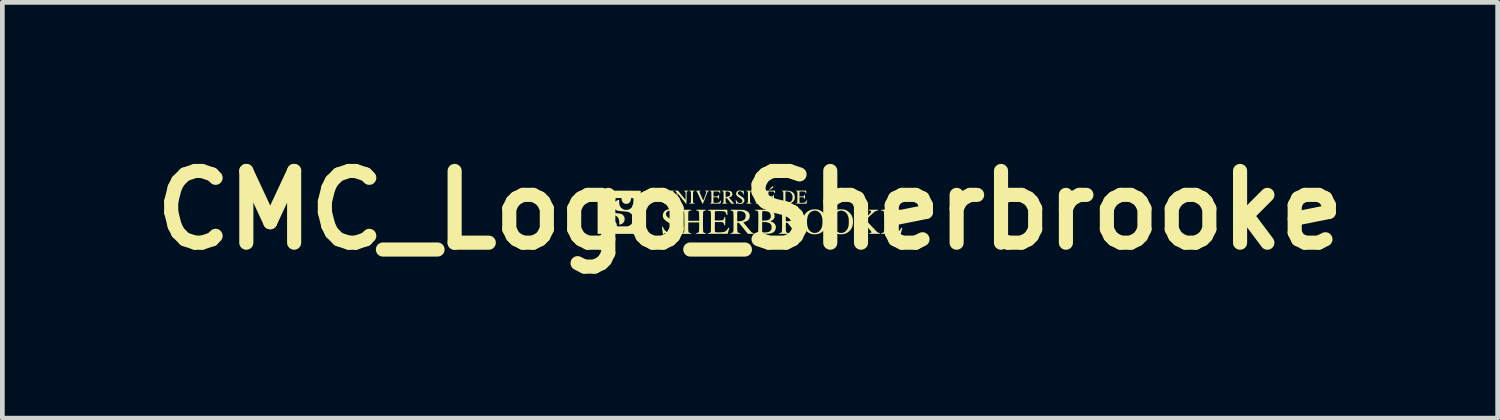
<source format=kicad_pcb>
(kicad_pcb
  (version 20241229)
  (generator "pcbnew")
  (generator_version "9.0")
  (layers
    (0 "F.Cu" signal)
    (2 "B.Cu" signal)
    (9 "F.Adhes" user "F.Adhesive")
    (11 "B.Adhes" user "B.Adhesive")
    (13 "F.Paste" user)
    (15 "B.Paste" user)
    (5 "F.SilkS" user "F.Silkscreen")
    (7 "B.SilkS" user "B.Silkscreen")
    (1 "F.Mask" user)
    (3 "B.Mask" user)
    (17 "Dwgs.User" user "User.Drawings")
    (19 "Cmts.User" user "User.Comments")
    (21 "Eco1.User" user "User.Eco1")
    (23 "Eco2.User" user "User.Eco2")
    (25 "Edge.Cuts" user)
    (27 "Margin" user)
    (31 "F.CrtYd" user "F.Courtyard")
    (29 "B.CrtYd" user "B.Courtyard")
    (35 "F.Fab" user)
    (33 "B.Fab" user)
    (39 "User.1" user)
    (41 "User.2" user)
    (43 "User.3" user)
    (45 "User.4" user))
  (footprint "CMC_Logo_Sherbrooke"
    (layer "F.Cu")
    (at 12.889 1.418)
    (property "Reference" "CMC_Logo_Sherbrooke" (at 0 0 0) (layer "F.SilkS") (effects (font (size 1.524 1.524) (thickness 0.3))))
    (attr board_only exclude_from_pos_files exclude_from_bom)
    (fp_poly (pts (xy 0.493 -0.504) (xy 0.497 -0.497) (xy 0.496 -0.489) (xy 0.496 -0.488) (xy 0.49 -0.482) (xy 0.48 -0.475) (xy 0.467 -0.465) (xy 0.452 -0.456) (xy 0.437 -0.447) (xy 0.424 -0.44) (xy 0.414 -0.436) (xy 0.41 -0.435) (xy 0.406 -0.436) (xy 0.406 -0.438) (xy 0.409 -0.442) (xy 0.415 -0.45) (xy 0.426 -0.461) (xy 0.438 -0.472) (xy 0.454 -0.488) (xy 0.466 -0.499) (xy 0.475 -0.505) (xy 0.481 -0.508) (xy 0.483 -0.508)) (stroke (width 0) (type solid)) (fill yes) (layer "F.SilkS"))
    (fp_poly (pts (xy -1.21 -0.417) (xy -1.193 -0.416) (xy -1.182 -0.415) (xy -1.175 -0.414) (xy -1.173 -0.413) (xy -1.173 -0.412) (xy -1.176 -0.408) (xy -1.185 -0.406) (xy -1.185 -0.406) (xy -1.196 -0.403) (xy -1.204 -0.398) (xy -1.206 -0.396) (xy -1.208 -0.392) (xy -1.209 -0.388) (xy -1.21 -0.38) (xy -1.211 -0.37) (xy -1.212 -0.355) (xy -1.212 -0.335) (xy -1.212 -0.31) (xy -1.212 -0.285) (xy -1.212 -0.257) (xy -1.212 -0.231) (xy -1.212 -0.208) (xy -1.211 -0.189) (xy -1.21 -0.175) (xy -1.21 -0.168) (xy -1.209 -0.167) (xy -1.205 -0.157) (xy -1.196 -0.153) (xy -1.196 -0.153) (xy -1.183 -0.15) (xy -1.176 -0.147) (xy -1.173 -0.145) (xy -1.173 -0.144) (xy -1.177 -0.142) (xy -1.186 -0.141) (xy -1.202 -0.141) (xy -1.221 -0.14) (xy -1.234 -0.14) (xy -1.254 -0.14) (xy -1.272 -0.141) (xy -1.285 -0.142) (xy -1.293 -0.142) (xy -1.295 -0.143) (xy -1.292 -0.146) (xy -1.283 -0.149) (xy -1.277 -0.152) (xy -1.266 -0.156) (xy -1.26 -0.16) (xy -1.258 -0.167) (xy -1.257 -0.168) (xy -1.256 -0.176) (xy -1.256 -0.19) (xy -1.255 -0.208) (xy -1.255 -0.231) (xy -1.255 -0.255) (xy -1.255 -0.281) (xy -1.255 -0.306) (xy -1.255 -0.33) (xy -1.256 -0.352) (xy -1.256 -0.369) (xy -1.257 -0.381) (xy -1.258 -0.385) (xy -1.262 -0.397) (xy -1.268 -0.403) (xy -1.279 -0.406) (xy -1.283 -0.406) (xy -1.292 -0.407) (xy -1.295 -0.411) (xy -1.294 -0.413) (xy -1.29 -0.415) (xy -1.283 -0.416) (xy -1.271 -0.416) (xy -1.254 -0.417) (xy -1.234 -0.417)) (stroke (width 0) (type solid)) (fill yes) (layer "F.SilkS"))
    (fp_poly (pts (xy -0.024 -0.416) (xy -0.005 -0.415) (xy 0.011 -0.415) (xy 0.025 -0.414) (xy 0.034 -0.413) (xy 0.037 -0.411) (xy 0.034 -0.408) (xy 0.026 -0.406) (xy 0.024 -0.405) (xy 0.017 -0.404) (xy 0.012 -0.402) (xy 0.008 -0.4) (xy 0.005 -0.395) (xy 0.003 -0.387) (xy 0.002 -0.376) (xy 0.001 -0.36) (xy 0.000206 -0.34) (xy 0.000028 -0.314) (xy 0 -0.281) (xy 0 -0.277) (xy 0.000026 -0.245) (xy 0.000136 -0.219) (xy 0.000375 -0.199) (xy 0.001 -0.185) (xy 0.001 -0.174) (xy 0.002 -0.167) (xy 0.004 -0.162) (xy 0.005 -0.159) (xy 0.007 -0.157) (xy 0.014 -0.153) (xy 0.019 -0.151) (xy 0.029 -0.15) (xy 0.035 -0.146) (xy 0.037 -0.143) (xy 0.033 -0.142) (xy 0.024 -0.141) (xy 0.009 -0.141) (xy -0.009 -0.14) (xy -0.024 -0.14) (xy -0.048 -0.14) (xy -0.066 -0.141) (xy -0.078 -0.142) (xy -0.084 -0.143) (xy -0.085 -0.144) (xy -0.082 -0.147) (xy -0.073 -0.149) (xy -0.07 -0.15) (xy -0.063 -0.151) (xy -0.058 -0.153) (xy -0.053 -0.156) (xy -0.05 -0.161) (xy -0.048 -0.168) (xy -0.046 -0.18) (xy -0.045 -0.195) (xy -0.044 -0.216) (xy -0.044 -0.242) (xy -0.044 -0.275) (xy -0.044 -0.279) (xy -0.044 -0.311) (xy -0.044 -0.336) (xy -0.045 -0.356) (xy -0.045 -0.37) (xy -0.046 -0.381) (xy -0.047 -0.388) (xy -0.048 -0.393) (xy -0.049 -0.396) (xy -0.051 -0.398) (xy -0.052 -0.398) (xy -0.06 -0.404) (xy -0.066 -0.406) (xy -0.076 -0.407) (xy -0.083 -0.411) (xy -0.085 -0.414) (xy -0.081 -0.415) (xy -0.072 -0.416) (xy -0.058 -0.416) (xy -0.042 -0.416)) (stroke (width 0) (type solid)) (fill yes) (layer "F.SilkS"))
    (fp_poly (pts (xy 0.296 -0.387) (xy 0.296 -0.366) (xy 0.295 -0.353) (xy 0.293 -0.346) (xy 0.289 -0.346) (xy 0.284 -0.354) (xy 0.278 -0.367) (xy 0.271 -0.381) (xy 0.26 -0.391) (xy 0.246 -0.396) (xy 0.226 -0.398) (xy 0.22 -0.398) (xy 0.195 -0.398) (xy 0.196 -0.292) (xy 0.196 -0.256) (xy 0.196 -0.227) (xy 0.197 -0.204) (xy 0.198 -0.186) (xy 0.199 -0.173) (xy 0.201 -0.164) (xy 0.204 -0.158) (xy 0.207 -0.155) (xy 0.214 -0.152) (xy 0.224 -0.15) (xy 0.226 -0.149) (xy 0.237 -0.147) (xy 0.24 -0.145) (xy 0.237 -0.143) (xy 0.228 -0.142) (xy 0.212 -0.141) (xy 0.19 -0.14) (xy 0.177 -0.14) (xy 0.156 -0.14) (xy 0.139 -0.141) (xy 0.125 -0.142) (xy 0.117 -0.142) (xy 0.114 -0.143) (xy 0.118 -0.146) (xy 0.126 -0.149) (xy 0.132 -0.152) (xy 0.144 -0.156) (xy 0.15 -0.162) (xy 0.152 -0.166) (xy 0.152 -0.172) (xy 0.153 -0.184) (xy 0.153 -0.202) (xy 0.154 -0.224) (xy 0.154 -0.249) (xy 0.155 -0.277) (xy 0.155 -0.287) (xy 0.155 -0.398) (xy 0.132 -0.398) (xy 0.111 -0.397) (xy 0.097 -0.394) (xy 0.086 -0.387) (xy 0.077 -0.376) (xy 0.069 -0.359) (xy 0.067 -0.353) (xy 0.063 -0.346) (xy 0.059 -0.345) (xy 0.059 -0.345) (xy 0.057 -0.349) (xy 0.056 -0.359) (xy 0.056 -0.372) (xy 0.055 -0.386) (xy 0.056 -0.399) (xy 0.057 -0.408) (xy 0.058 -0.411) (xy 0.059 -0.413) (xy 0.062 -0.414) (xy 0.067 -0.415) (xy 0.076 -0.416) (xy 0.089 -0.416) (xy 0.106 -0.417) (xy 0.129 -0.417) (xy 0.159 -0.417) (xy 0.177 -0.417) (xy 0.295 -0.417)) (stroke (width 0) (type solid)) (fill yes) (layer "F.SilkS"))
    (fp_poly (pts (xy 1.407 -0.019) (xy 1.449 -0.011) (xy 1.488 0.003) (xy 1.524 0.024) (xy 1.555 0.051) (xy 1.583 0.084) (xy 1.588 0.093) (xy 1.607 0.127) (xy 1.62 0.165) (xy 1.627 0.205) (xy 1.63 0.247) (xy 1.627 0.289) (xy 1.618 0.329) (xy 1.605 0.367) (xy 1.587 0.402) (xy 1.573 0.421) (xy 1.546 0.449) (xy 1.514 0.473) (xy 1.479 0.492) (xy 1.446 0.504) (xy 1.43 0.507) (xy 1.41 0.509) (xy 1.387 0.511) (xy 1.363 0.511) (xy 1.342 0.511) (xy 1.326 0.509) (xy 1.325 0.509) (xy 1.286 0.498) (xy 1.249 0.481) (xy 1.215 0.457) (xy 1.185 0.429) (xy 1.16 0.395) (xy 1.147 0.371) (xy 1.134 0.336) (xy 1.126 0.297) (xy 1.122 0.256) (xy 1.122 0.236) (xy 1.211 0.236) (xy 1.212 0.276) (xy 1.216 0.314) (xy 1.223 0.35) (xy 1.233 0.381) (xy 1.245 0.407) (xy 1.266 0.434) (xy 1.29 0.455) (xy 1.318 0.471) (xy 1.347 0.48) (xy 1.378 0.483) (xy 1.41 0.479) (xy 1.417 0.477) (xy 1.447 0.465) (xy 1.473 0.446) (xy 1.495 0.421) (xy 1.513 0.391) (xy 1.527 0.356) (xy 1.533 0.332) (xy 1.537 0.308) (xy 1.539 0.279) (xy 1.54 0.247) (xy 1.539 0.216) (xy 1.537 0.186) (xy 1.534 0.161) (xy 1.533 0.159) (xy 1.523 0.122) (xy 1.508 0.09) (xy 1.488 0.062) (xy 1.465 0.04) (xy 1.439 0.023) (xy 1.41 0.012) (xy 1.379 0.008) (xy 1.357 0.009) (xy 1.329 0.016) (xy 1.302 0.029) (xy 1.277 0.048) (xy 1.255 0.071) (xy 1.239 0.096) (xy 1.227 0.126) (xy 1.219 0.16) (xy 1.213 0.197) (xy 1.211 0.236) (xy 1.122 0.236) (xy 1.123 0.214) (xy 1.128 0.179) (xy 1.14 0.137) (xy 1.159 0.099) (xy 1.182 0.066) (xy 1.21 0.037) (xy 1.243 0.014) (xy 1.28 -0.004) (xy 1.32 -0.015) (xy 1.361 -0.02)) (stroke (width 0) (type solid)) (fill yes) (layer "F.SilkS"))
    (fp_poly (pts (xy -0.896 -0.417) (xy -0.883 -0.416) (xy -0.875 -0.415) (xy -0.873 -0.413) (xy -0.873 -0.412) (xy -0.877 -0.407) (xy -0.885 -0.403) (xy -0.894 -0.397) (xy -0.902 -0.388) (xy -0.902 -0.387) (xy -0.905 -0.381) (xy -0.91 -0.368) (xy -0.917 -0.351) (xy -0.926 -0.329) (xy -0.936 -0.304) (xy -0.947 -0.277) (xy -0.955 -0.255) (xy -0.966 -0.227) (xy -0.976 -0.201) (xy -0.986 -0.178) (xy -0.993 -0.16) (xy -1 -0.145) (xy -1.004 -0.137) (xy -1.005 -0.134) (xy -1.008 -0.137) (xy -1.013 -0.145) (xy -1.02 -0.158) (xy -1.028 -0.175) (xy -1.033 -0.185) (xy -1.052 -0.229) (xy -1.068 -0.266) (xy -1.082 -0.297) (xy -1.094 -0.323) (xy -1.104 -0.345) (xy -1.112 -0.362) (xy -1.119 -0.375) (xy -1.124 -0.385) (xy -1.129 -0.393) (xy -1.133 -0.398) (xy -1.136 -0.401) (xy -1.139 -0.403) (xy -1.142 -0.404) (xy -1.144 -0.405) (xy -1.153 -0.408) (xy -1.155 -0.411) (xy -1.149 -0.413) (xy -1.136 -0.414) (xy -1.116 -0.416) (xy -1.099 -0.416) (xy -1.076 -0.416) (xy -1.059 -0.416) (xy -1.048 -0.415) (xy -1.044 -0.413) (xy -1.044 -0.413) (xy -1.047 -0.41) (xy -1.054 -0.407) (xy -1.065 -0.405) (xy -1.072 -0.402) (xy -1.075 -0.399) (xy -1.076 -0.397) (xy -1.075 -0.392) (xy -1.071 -0.382) (xy -1.065 -0.368) (xy -1.058 -0.35) (xy -1.05 -0.329) (xy -1.04 -0.307) (xy -1.031 -0.285) (xy -1.021 -0.264) (xy -1.012 -0.244) (xy -1.005 -0.228) (xy -1 -0.218) (xy -0.994 -0.206) (xy -0.967 -0.275) (xy -0.955 -0.308) (xy -0.945 -0.334) (xy -0.938 -0.355) (xy -0.932 -0.371) (xy -0.929 -0.383) (xy -0.928 -0.391) (xy -0.929 -0.397) (xy -0.931 -0.401) (xy -0.935 -0.403) (xy -0.94 -0.404) (xy -0.94 -0.404) (xy -0.951 -0.407) (xy -0.957 -0.409) (xy -0.959 -0.412) (xy -0.959 -0.413) (xy -0.955 -0.415) (xy -0.945 -0.416) (xy -0.929 -0.417) (xy -0.915 -0.417)) (stroke (width 0) (type solid)) (fill yes) (layer "F.SilkS"))
    (fp_poly (pts (xy -0.186 -0.416) (xy -0.172 -0.413) (xy -0.161 -0.41) (xy -0.155 -0.41) (xy -0.152 -0.412) (xy -0.151 -0.414) (xy -0.145 -0.42) (xy -0.141 -0.419) (xy -0.137 -0.412) (xy -0.135 -0.399) (xy -0.133 -0.376) (xy -0.131 -0.358) (xy -0.13 -0.346) (xy -0.13 -0.339) (xy -0.13 -0.334) (xy -0.131 -0.332) (xy -0.133 -0.332) (xy -0.134 -0.332) (xy -0.139 -0.335) (xy -0.143 -0.344) (xy -0.144 -0.346) (xy -0.154 -0.367) (xy -0.17 -0.385) (xy -0.178 -0.391) (xy -0.195 -0.401) (xy -0.213 -0.404) (xy -0.229 -0.403) (xy -0.242 -0.397) (xy -0.253 -0.386) (xy -0.258 -0.371) (xy -0.258 -0.365) (xy -0.257 -0.354) (xy -0.252 -0.344) (xy -0.243 -0.334) (xy -0.229 -0.323) (xy -0.209 -0.31) (xy -0.202 -0.305) (xy -0.174 -0.288) (xy -0.153 -0.272) (xy -0.138 -0.257) (xy -0.128 -0.243) (xy -0.122 -0.229) (xy -0.122 -0.227) (xy -0.119 -0.206) (xy -0.123 -0.187) (xy -0.134 -0.169) (xy -0.144 -0.158) (xy -0.157 -0.147) (xy -0.169 -0.14) (xy -0.181 -0.137) (xy -0.198 -0.134) (xy -0.213 -0.133) (xy -0.228 -0.136) (xy -0.244 -0.14) (xy -0.26 -0.145) (xy -0.271 -0.147) (xy -0.277 -0.146) (xy -0.281 -0.143) (xy -0.282 -0.14) (xy -0.286 -0.135) (xy -0.291 -0.133) (xy -0.295 -0.134) (xy -0.295 -0.136) (xy -0.296 -0.141) (xy -0.297 -0.152) (xy -0.299 -0.166) (xy -0.301 -0.179) (xy -0.304 -0.2) (xy -0.304 -0.215) (xy -0.303 -0.222) (xy -0.3 -0.223) (xy -0.295 -0.216) (xy -0.291 -0.21) (xy -0.276 -0.185) (xy -0.259 -0.167) (xy -0.245 -0.159) (xy -0.225 -0.152) (xy -0.206 -0.151) (xy -0.189 -0.155) (xy -0.176 -0.164) (xy -0.166 -0.177) (xy -0.162 -0.194) (xy -0.162 -0.196) (xy -0.164 -0.21) (xy -0.17 -0.222) (xy -0.18 -0.234) (xy -0.196 -0.246) (xy -0.206 -0.253) (xy -0.222 -0.264) (xy -0.238 -0.275) (xy -0.252 -0.284) (xy -0.257 -0.287) (xy -0.276 -0.303) (xy -0.289 -0.322) (xy -0.296 -0.342) (xy -0.295 -0.363) (xy -0.288 -0.383) (xy -0.276 -0.401) (xy -0.26 -0.413) (xy -0.239 -0.42) (xy -0.215 -0.421)) (stroke (width 0) (type solid)) (fill yes) (layer "F.SilkS"))
    (fp_poly (pts (xy 0.757 -0.417) (xy 0.779 -0.416) (xy 0.8 -0.415) (xy 0.818 -0.414) (xy 0.832 -0.412) (xy 0.839 -0.411) (xy 0.872 -0.401) (xy 0.899 -0.386) (xy 0.922 -0.367) (xy 0.938 -0.343) (xy 0.941 -0.336) (xy 0.945 -0.326) (xy 0.948 -0.315) (xy 0.949 -0.301) (xy 0.95 -0.281) (xy 0.95 -0.28) (xy 0.949 -0.262) (xy 0.949 -0.249) (xy 0.947 -0.239) (xy 0.944 -0.229) (xy 0.94 -0.221) (xy 0.923 -0.193) (xy 0.902 -0.172) (xy 0.876 -0.155) (xy 0.845 -0.145) (xy 0.842 -0.144) (xy 0.832 -0.143) (xy 0.818 -0.142) (xy 0.8 -0.141) (xy 0.779 -0.141) (xy 0.757 -0.14) (xy 0.736 -0.14) (xy 0.715 -0.14) (xy 0.697 -0.141) (xy 0.683 -0.142) (xy 0.674 -0.143) (xy 0.671 -0.144) (xy 0.675 -0.147) (xy 0.683 -0.15) (xy 0.686 -0.151) (xy 0.696 -0.155) (xy 0.703 -0.161) (xy 0.704 -0.162) (xy 0.706 -0.168) (xy 0.707 -0.181) (xy 0.707 -0.199) (xy 0.708 -0.224) (xy 0.708 -0.253) (xy 0.708 -0.278) (xy 0.752 -0.278) (xy 0.753 -0.246) (xy 0.753 -0.22) (xy 0.753 -0.2) (xy 0.753 -0.185) (xy 0.754 -0.174) (xy 0.755 -0.167) (xy 0.756 -0.163) (xy 0.757 -0.16) (xy 0.759 -0.159) (xy 0.767 -0.157) (xy 0.78 -0.156) (xy 0.796 -0.157) (xy 0.813 -0.159) (xy 0.828 -0.162) (xy 0.835 -0.164) (xy 0.855 -0.175) (xy 0.874 -0.19) (xy 0.889 -0.209) (xy 0.896 -0.224) (xy 0.901 -0.244) (xy 0.904 -0.269) (xy 0.903 -0.294) (xy 0.9 -0.317) (xy 0.898 -0.323) (xy 0.89 -0.342) (xy 0.876 -0.36) (xy 0.86 -0.376) (xy 0.848 -0.384) (xy 0.832 -0.391) (xy 0.813 -0.395) (xy 0.794 -0.399) (xy 0.777 -0.4) (xy 0.763 -0.399) (xy 0.756 -0.396) (xy 0.755 -0.392) (xy 0.754 -0.382) (xy 0.754 -0.366) (xy 0.753 -0.345) (xy 0.753 -0.32) (xy 0.753 -0.293) (xy 0.752 -0.278) (xy 0.708 -0.278) (xy 0.708 -0.279) (xy 0.708 -0.312) (xy 0.708 -0.339) (xy 0.708 -0.36) (xy 0.707 -0.375) (xy 0.705 -0.386) (xy 0.703 -0.394) (xy 0.7 -0.399) (xy 0.697 -0.402) (xy 0.692 -0.404) (xy 0.686 -0.405) (xy 0.677 -0.408) (xy 0.672 -0.412) (xy 0.672 -0.412) (xy 0.675 -0.414) (xy 0.684 -0.415) (xy 0.698 -0.416) (xy 0.716 -0.417) (xy 0.736 -0.417)) (stroke (width 0) (type solid)) (fill yes) (layer "F.SilkS"))
    (fp_poly (pts (xy -1.642 -0.417) (xy -1.628 -0.416) (xy -1.619 -0.415) (xy -1.614 -0.414) (xy -1.612 -0.412) (xy -1.612 -0.411) (xy -1.615 -0.407) (xy -1.621 -0.406) (xy -1.632 -0.402) (xy -1.642 -0.394) (xy -1.648 -0.384) (xy -1.649 -0.377) (xy -1.649 -0.371) (xy -1.649 -0.358) (xy -1.649 -0.34) (xy -1.65 -0.319) (xy -1.65 -0.296) (xy -1.65 -0.29) (xy -1.651 -0.261) (xy -1.651 -0.24) (xy -1.653 -0.223) (xy -1.654 -0.21) (xy -1.656 -0.2) (xy -1.658 -0.194) (xy -1.669 -0.172) (xy -1.686 -0.154) (xy -1.703 -0.143) (xy -1.717 -0.139) (xy -1.736 -0.136) (xy -1.757 -0.134) (xy -1.776 -0.135) (xy -1.791 -0.136) (xy -1.815 -0.145) (xy -1.835 -0.158) (xy -1.85 -0.178) (xy -1.854 -0.184) (xy -1.856 -0.189) (xy -1.858 -0.195) (xy -1.859 -0.203) (xy -1.86 -0.214) (xy -1.861 -0.229) (xy -1.862 -0.249) (xy -1.863 -0.275) (xy -1.863 -0.293) (xy -1.864 -0.319) (xy -1.864 -0.343) (xy -1.865 -0.364) (xy -1.866 -0.38) (xy -1.867 -0.391) (xy -1.868 -0.396) (xy -1.874 -0.401) (xy -1.881 -0.404) (xy -1.892 -0.407) (xy -1.898 -0.409) (xy -1.9 -0.412) (xy -1.9 -0.413) (xy -1.896 -0.415) (xy -1.885 -0.416) (xy -1.868 -0.417) (xy -1.844 -0.417) (xy -1.841 -0.417) (xy -1.818 -0.417) (xy -1.802 -0.416) (xy -1.791 -0.416) (xy -1.785 -0.415) (xy -1.782 -0.413) (xy -1.782 -0.411) (xy -1.785 -0.407) (xy -1.792 -0.406) (xy -1.803 -0.403) (xy -1.812 -0.399) (xy -1.82 -0.392) (xy -1.82 -0.302) (xy -1.82 -0.271) (xy -1.82 -0.246) (xy -1.819 -0.226) (xy -1.817 -0.211) (xy -1.815 -0.2) (xy -1.813 -0.191) (xy -1.809 -0.183) (xy -1.804 -0.176) (xy -1.803 -0.175) (xy -1.789 -0.163) (xy -1.771 -0.156) (xy -1.75 -0.154) (xy -1.725 -0.156) (xy -1.704 -0.164) (xy -1.688 -0.176) (xy -1.677 -0.193) (xy -1.675 -0.201) (xy -1.674 -0.211) (xy -1.672 -0.226) (xy -1.672 -0.245) (xy -1.671 -0.267) (xy -1.671 -0.291) (xy -1.671 -0.315) (xy -1.671 -0.338) (xy -1.672 -0.358) (xy -1.673 -0.375) (xy -1.675 -0.386) (xy -1.676 -0.391) (xy -1.682 -0.399) (xy -1.692 -0.404) (xy -1.692 -0.404) (xy -1.702 -0.408) (xy -1.708 -0.412) (xy -1.709 -0.412) (xy -1.709 -0.414) (xy -1.705 -0.415) (xy -1.696 -0.416) (xy -1.681 -0.417) (xy -1.662 -0.417)) (stroke (width 0) (type solid)) (fill yes) (layer "F.SilkS"))
    (fp_poly (pts (xy -1.45 -0.318) (xy -1.37 -0.22) (xy -1.369 -0.298) (xy -1.369 -0.328) (xy -1.369 -0.352) (xy -1.37 -0.37) (xy -1.372 -0.384) (xy -1.375 -0.393) (xy -1.379 -0.399) (xy -1.384 -0.402) (xy -1.389 -0.404) (xy -1.401 -0.407) (xy -1.407 -0.409) (xy -1.409 -0.412) (xy -1.409 -0.413) (xy -1.405 -0.415) (xy -1.395 -0.416) (xy -1.378 -0.417) (xy -1.359 -0.417) (xy -1.338 -0.417) (xy -1.323 -0.416) (xy -1.314 -0.415) (xy -1.311 -0.413) (xy -1.31 -0.412) (xy -1.315 -0.408) (xy -1.323 -0.405) (xy -1.323 -0.405) (xy -1.334 -0.4) (xy -1.341 -0.394) (xy -1.343 -0.392) (xy -1.345 -0.389) (xy -1.346 -0.384) (xy -1.347 -0.376) (xy -1.347 -0.366) (xy -1.348 -0.351) (xy -1.348 -0.332) (xy -1.349 -0.308) (xy -1.349 -0.277) (xy -1.349 -0.26) (xy -1.35 -0.23) (xy -1.35 -0.203) (xy -1.351 -0.179) (xy -1.351 -0.159) (xy -1.352 -0.144) (xy -1.353 -0.135) (xy -1.353 -0.133) (xy -1.357 -0.136) (xy -1.364 -0.143) (xy -1.374 -0.155) (xy -1.386 -0.17) (xy -1.401 -0.188) (xy -1.409 -0.198) (xy -1.427 -0.221) (xy -1.447 -0.245) (xy -1.466 -0.269) (xy -1.483 -0.291) (xy -1.498 -0.309) (xy -1.499 -0.311) (xy -1.512 -0.326) (xy -1.523 -0.34) (xy -1.532 -0.35) (xy -1.538 -0.356) (xy -1.539 -0.358) (xy -1.54 -0.354) (xy -1.541 -0.345) (xy -1.542 -0.33) (xy -1.542 -0.311) (xy -1.542 -0.29) (xy -1.541 -0.267) (xy -1.541 -0.244) (xy -1.54 -0.222) (xy -1.539 -0.202) (xy -1.538 -0.185) (xy -1.537 -0.172) (xy -1.536 -0.164) (xy -1.535 -0.163) (xy -1.529 -0.157) (xy -1.519 -0.152) (xy -1.516 -0.151) (xy -1.507 -0.147) (xy -1.502 -0.144) (xy -1.501 -0.143) (xy -1.505 -0.142) (xy -1.514 -0.141) (xy -1.528 -0.141) (xy -1.546 -0.14) (xy -1.551 -0.14) (xy -1.574 -0.141) (xy -1.59 -0.142) (xy -1.599 -0.143) (xy -1.6 -0.146) (xy -1.594 -0.149) (xy -1.587 -0.151) (xy -1.58 -0.153) (xy -1.574 -0.155) (xy -1.57 -0.158) (xy -1.567 -0.163) (xy -1.565 -0.171) (xy -1.563 -0.182) (xy -1.562 -0.197) (xy -1.562 -0.217) (xy -1.561 -0.244) (xy -1.561 -0.276) (xy -1.56 -0.385) (xy -1.57 -0.395) (xy -1.579 -0.402) (xy -1.588 -0.406) (xy -1.589 -0.406) (xy -1.597 -0.409) (xy -1.6 -0.412) (xy -1.599 -0.414) (xy -1.593 -0.416) (xy -1.581 -0.417) (xy -1.565 -0.417) (xy -1.529 -0.417)) (stroke (width 0) (type solid)) (fill yes) (layer "F.SilkS"))
    (fp_poly (pts (xy 1.978 -0.018) (xy 2.014 -0.011) (xy 2.047 0.002) (xy 2.078 0.02) (xy 2.107 0.045) (xy 2.114 0.052) (xy 2.13 0.068) (xy 2.141 0.081) (xy 2.15 0.095) (xy 2.159 0.11) (xy 2.161 0.114) (xy 2.172 0.14) (xy 2.18 0.163) (xy 2.185 0.187) (xy 2.188 0.212) (xy 2.188 0.243) (xy 2.188 0.247) (xy 2.186 0.29) (xy 2.179 0.328) (xy 2.168 0.362) (xy 2.152 0.393) (xy 2.13 0.423) (xy 2.119 0.435) (xy 2.088 0.463) (xy 2.054 0.485) (xy 2.017 0.5) (xy 1.977 0.509) (xy 1.946 0.511) (xy 1.927 0.511) (xy 1.909 0.511) (xy 1.894 0.51) (xy 1.888 0.509) (xy 1.848 0.498) (xy 1.81 0.481) (xy 1.777 0.458) (xy 1.747 0.43) (xy 1.723 0.398) (xy 1.711 0.378) (xy 1.701 0.357) (xy 1.694 0.337) (xy 1.689 0.318) (xy 1.686 0.297) (xy 1.684 0.273) (xy 1.684 0.245) (xy 1.773 0.245) (xy 1.773 0.271) (xy 1.773 0.291) (xy 1.774 0.307) (xy 1.776 0.319) (xy 1.778 0.331) (xy 1.78 0.342) (xy 1.781 0.345) (xy 1.791 0.375) (xy 1.802 0.4) (xy 1.817 0.422) (xy 1.826 0.433) (xy 1.85 0.455) (xy 1.874 0.47) (xy 1.901 0.479) (xy 1.931 0.482) (xy 1.94 0.482) (xy 1.958 0.481) (xy 1.972 0.479) (xy 1.986 0.474) (xy 1.997 0.469) (xy 2.025 0.452) (xy 2.049 0.429) (xy 2.069 0.401) (xy 2.084 0.368) (xy 2.09 0.349) (xy 2.096 0.316) (xy 2.099 0.278) (xy 2.1 0.239) (xy 2.098 0.199) (xy 2.094 0.163) (xy 2.089 0.141) (xy 2.077 0.107) (xy 2.061 0.077) (xy 2.04 0.053) (xy 2.016 0.033) (xy 1.99 0.019) (xy 1.961 0.01) (xy 1.931 0.008) (xy 1.901 0.013) (xy 1.871 0.024) (xy 1.844 0.041) (xy 1.822 0.063) (xy 1.803 0.09) (xy 1.788 0.123) (xy 1.781 0.147) (xy 1.778 0.158) (xy 1.776 0.17) (xy 1.775 0.183) (xy 1.774 0.198) (xy 1.773 0.218) (xy 1.773 0.244) (xy 1.773 0.245) (xy 1.684 0.245) (xy 1.684 0.243) (xy 1.684 0.22) (xy 1.685 0.203) (xy 1.686 0.189) (xy 1.688 0.177) (xy 1.69 0.166) (xy 1.693 0.159) (xy 1.709 0.117) (xy 1.73 0.081) (xy 1.757 0.05) (xy 1.788 0.024) (xy 1.819 0.006) (xy 1.843 -0.005) (xy 1.865 -0.012) (xy 1.886 -0.017) (xy 1.909 -0.019) (xy 1.936 -0.02) (xy 1.937 -0.02)) (stroke (width 0) (type solid)) (fill yes) (layer "F.SilkS"))
    (fp_poly (pts (xy 0.531 -0.409) (xy 0.532 -0.4) (xy 0.533 -0.388) (xy 0.533 -0.379) (xy 0.534 -0.365) (xy 0.532 -0.357) (xy 0.528 -0.356) (xy 0.523 -0.362) (xy 0.518 -0.374) (xy 0.514 -0.383) (xy 0.508 -0.39) (xy 0.5 -0.395) (xy 0.487 -0.397) (xy 0.469 -0.399) (xy 0.448 -0.399) (xy 0.43 -0.399) (xy 0.414 -0.399) (xy 0.402 -0.399) (xy 0.396 -0.399) (xy 0.396 -0.399) (xy 0.394 -0.397) (xy 0.392 -0.39) (xy 0.391 -0.378) (xy 0.391 -0.36) (xy 0.391 -0.344) (xy 0.391 -0.29) (xy 0.433 -0.292) (xy 0.45 -0.293) (xy 0.466 -0.295) (xy 0.477 -0.297) (xy 0.482 -0.298) (xy 0.489 -0.305) (xy 0.494 -0.315) (xy 0.495 -0.317) (xy 0.499 -0.326) (xy 0.503 -0.332) (xy 0.504 -0.332) (xy 0.506 -0.33) (xy 0.508 -0.325) (xy 0.509 -0.315) (xy 0.509 -0.299) (xy 0.509 -0.284) (xy 0.509 -0.263) (xy 0.508 -0.249) (xy 0.507 -0.24) (xy 0.505 -0.237) (xy 0.504 -0.236) (xy 0.5 -0.239) (xy 0.496 -0.247) (xy 0.494 -0.252) (xy 0.49 -0.261) (xy 0.484 -0.268) (xy 0.476 -0.273) (xy 0.463 -0.275) (xy 0.445 -0.276) (xy 0.431 -0.277) (xy 0.391 -0.277) (xy 0.391 -0.219) (xy 0.391 -0.197) (xy 0.391 -0.182) (xy 0.392 -0.171) (xy 0.393 -0.165) (xy 0.395 -0.161) (xy 0.397 -0.159) (xy 0.397 -0.159) (xy 0.405 -0.158) (xy 0.419 -0.157) (xy 0.435 -0.157) (xy 0.453 -0.157) (xy 0.47 -0.158) (xy 0.485 -0.16) (xy 0.494 -0.162) (xy 0.495 -0.162) (xy 0.515 -0.172) (xy 0.53 -0.187) (xy 0.535 -0.196) (xy 0.542 -0.206) (xy 0.548 -0.21) (xy 0.549 -0.21) (xy 0.552 -0.21) (xy 0.553 -0.208) (xy 0.553 -0.202) (xy 0.551 -0.192) (xy 0.547 -0.177) (xy 0.547 -0.175) (xy 0.537 -0.14) (xy 0.424 -0.14) (xy 0.39 -0.14) (xy 0.362 -0.141) (xy 0.34 -0.141) (xy 0.323 -0.142) (xy 0.313 -0.143) (xy 0.31 -0.144) (xy 0.313 -0.147) (xy 0.321 -0.15) (xy 0.325 -0.151) (xy 0.335 -0.155) (xy 0.342 -0.161) (xy 0.343 -0.162) (xy 0.344 -0.168) (xy 0.345 -0.18) (xy 0.346 -0.197) (xy 0.346 -0.218) (xy 0.346 -0.242) (xy 0.346 -0.267) (xy 0.346 -0.293) (xy 0.346 -0.318) (xy 0.345 -0.342) (xy 0.344 -0.363) (xy 0.343 -0.38) (xy 0.342 -0.392) (xy 0.341 -0.398) (xy 0.341 -0.399) (xy 0.334 -0.402) (xy 0.325 -0.405) (xy 0.324 -0.405) (xy 0.316 -0.408) (xy 0.311 -0.412) (xy 0.311 -0.412) (xy 0.312 -0.414) (xy 0.317 -0.415) (xy 0.326 -0.416) (xy 0.34 -0.416) (xy 0.36 -0.417) (xy 0.386 -0.417) (xy 0.418 -0.417) (xy 0.531 -0.417)) (stroke (width 0) (type solid)) (fill yes) (layer "F.SilkS"))
    (fp_poly (pts (xy 1.195 -0.385) (xy 1.195 -0.368) (xy 1.193 -0.358) (xy 1.191 -0.355) (xy 1.187 -0.359) (xy 1.181 -0.37) (xy 1.179 -0.374) (xy 1.172 -0.386) (xy 1.166 -0.393) (xy 1.16 -0.396) (xy 1.153 -0.397) (xy 1.14 -0.398) (xy 1.123 -0.398) (xy 1.104 -0.399) (xy 1.083 -0.399) (xy 1.064 -0.399) (xy 1.058 -0.399) (xy 1.055 -0.398) (xy 1.053 -0.395) (xy 1.052 -0.39) (xy 1.052 -0.38) (xy 1.051 -0.365) (xy 1.051 -0.345) (xy 1.051 -0.291) (xy 1.093 -0.293) (xy 1.11 -0.294) (xy 1.125 -0.295) (xy 1.136 -0.296) (xy 1.141 -0.297) (xy 1.148 -0.303) (xy 1.154 -0.312) (xy 1.158 -0.322) (xy 1.158 -0.326) (xy 1.161 -0.331) (xy 1.164 -0.332) (xy 1.166 -0.331) (xy 1.168 -0.327) (xy 1.169 -0.319) (xy 1.169 -0.306) (xy 1.169 -0.287) (xy 1.169 -0.284) (xy 1.169 -0.264) (xy 1.169 -0.25) (xy 1.168 -0.241) (xy 1.166 -0.237) (xy 1.164 -0.236) (xy 1.16 -0.239) (xy 1.157 -0.246) (xy 1.153 -0.257) (xy 1.148 -0.266) (xy 1.144 -0.27) (xy 1.14 -0.272) (xy 1.134 -0.274) (xy 1.124 -0.275) (xy 1.109 -0.276) (xy 1.096 -0.276) (xy 1.051 -0.277) (xy 1.051 -0.22) (xy 1.051 -0.198) (xy 1.052 -0.182) (xy 1.052 -0.171) (xy 1.053 -0.165) (xy 1.055 -0.161) (xy 1.058 -0.159) (xy 1.058 -0.159) (xy 1.065 -0.158) (xy 1.078 -0.157) (xy 1.095 -0.157) (xy 1.113 -0.158) (xy 1.13 -0.158) (xy 1.145 -0.16) (xy 1.156 -0.162) (xy 1.157 -0.162) (xy 1.171 -0.169) (xy 1.185 -0.181) (xy 1.197 -0.196) (xy 1.2 -0.201) (xy 1.204 -0.207) (xy 1.21 -0.21) (xy 1.215 -0.21) (xy 1.217 -0.207) (xy 1.216 -0.205) (xy 1.214 -0.2) (xy 1.211 -0.189) (xy 1.207 -0.175) (xy 1.206 -0.17) (xy 1.198 -0.14) (xy 1.084 -0.14) (xy 1.055 -0.14) (xy 1.029 -0.141) (xy 1.006 -0.141) (xy 0.989 -0.142) (xy 0.976 -0.142) (xy 0.971 -0.143) (xy 0.97 -0.143) (xy 0.973 -0.148) (xy 0.981 -0.151) (xy 0.989 -0.151) (xy 0.996 -0.154) (xy 1.001 -0.159) (xy 1.003 -0.163) (xy 1.004 -0.168) (xy 1.005 -0.176) (xy 1.006 -0.187) (xy 1.006 -0.202) (xy 1.007 -0.223) (xy 1.007 -0.249) (xy 1.007 -0.279) (xy 1.007 -0.312) (xy 1.007 -0.338) (xy 1.006 -0.359) (xy 1.006 -0.375) (xy 1.004 -0.386) (xy 1.002 -0.394) (xy 0.999 -0.399) (xy 0.996 -0.402) (xy 0.991 -0.404) (xy 0.985 -0.405) (xy 0.976 -0.408) (xy 0.971 -0.412) (xy 0.971 -0.412) (xy 0.972 -0.414) (xy 0.977 -0.415) (xy 0.986 -0.416) (xy 1 -0.416) (xy 1.02 -0.417) (xy 1.046 -0.417) (xy 1.078 -0.417) (xy 1.194 -0.417)) (stroke (width 0) (type solid)) (fill yes) (layer "F.SilkS"))
    (fp_poly (pts (xy -0.634 -0.359) (xy -0.637 -0.356) (xy -0.639 -0.356) (xy -0.642 -0.359) (xy -0.647 -0.367) (xy -0.648 -0.372) (xy -0.652 -0.382) (xy -0.657 -0.389) (xy -0.664 -0.394) (xy -0.674 -0.397) (xy -0.689 -0.398) (xy -0.709 -0.399) (xy -0.721 -0.399) (xy -0.743 -0.399) (xy -0.759 -0.398) (xy -0.769 -0.397) (xy -0.774 -0.395) (xy -0.775 -0.394) (xy -0.776 -0.389) (xy -0.777 -0.377) (xy -0.778 -0.362) (xy -0.778 -0.344) (xy -0.778 -0.343) (xy -0.778 -0.322) (xy -0.777 -0.308) (xy -0.776 -0.299) (xy -0.774 -0.295) (xy -0.773 -0.294) (xy -0.768 -0.293) (xy -0.757 -0.293) (xy -0.742 -0.293) (xy -0.728 -0.294) (xy -0.708 -0.295) (xy -0.693 -0.297) (xy -0.684 -0.3) (xy -0.677 -0.306) (xy -0.673 -0.314) (xy -0.672 -0.319) (xy -0.668 -0.327) (xy -0.663 -0.331) (xy -0.663 -0.331) (xy -0.66 -0.331) (xy -0.659 -0.329) (xy -0.657 -0.323) (xy -0.657 -0.313) (xy -0.657 -0.297) (xy -0.657 -0.284) (xy -0.657 -0.264) (xy -0.657 -0.25) (xy -0.658 -0.241) (xy -0.66 -0.237) (xy -0.662 -0.236) (xy -0.666 -0.239) (xy -0.671 -0.247) (xy -0.673 -0.252) (xy -0.677 -0.262) (xy -0.683 -0.268) (xy -0.692 -0.273) (xy -0.705 -0.275) (xy -0.722 -0.276) (xy -0.74 -0.277) (xy -0.778 -0.277) (xy -0.778 -0.222) (xy -0.778 -0.2) (xy -0.778 -0.184) (xy -0.777 -0.174) (xy -0.776 -0.167) (xy -0.774 -0.163) (xy -0.772 -0.162) (xy -0.767 -0.159) (xy -0.758 -0.158) (xy -0.743 -0.157) (xy -0.722 -0.157) (xy -0.697 -0.158) (xy -0.678 -0.161) (xy -0.663 -0.165) (xy -0.651 -0.173) (xy -0.641 -0.183) (xy -0.635 -0.192) (xy -0.627 -0.202) (xy -0.621 -0.208) (xy -0.617 -0.21) (xy -0.614 -0.21) (xy -0.613 -0.209) (xy -0.613 -0.205) (xy -0.615 -0.197) (xy -0.618 -0.184) (xy -0.621 -0.173) (xy -0.63 -0.142) (xy -0.743 -0.141) (xy -0.774 -0.141) (xy -0.801 -0.141) (xy -0.823 -0.141) (xy -0.84 -0.142) (xy -0.851 -0.142) (xy -0.856 -0.143) (xy -0.856 -0.143) (xy -0.853 -0.147) (xy -0.845 -0.15) (xy -0.84 -0.152) (xy -0.83 -0.156) (xy -0.825 -0.161) (xy -0.822 -0.17) (xy -0.821 -0.177) (xy -0.821 -0.19) (xy -0.82 -0.208) (xy -0.82 -0.231) (xy -0.82 -0.257) (xy -0.82 -0.284) (xy -0.82 -0.286) (xy -0.82 -0.317) (xy -0.821 -0.341) (xy -0.821 -0.36) (xy -0.822 -0.373) (xy -0.822 -0.383) (xy -0.823 -0.389) (xy -0.825 -0.394) (xy -0.827 -0.397) (xy -0.828 -0.398) (xy -0.836 -0.404) (xy -0.846 -0.406) (xy -0.854 -0.409) (xy -0.859 -0.412) (xy -0.859 -0.412) (xy -0.858 -0.414) (xy -0.853 -0.415) (xy -0.844 -0.415) (xy -0.831 -0.416) (xy -0.812 -0.416) (xy -0.788 -0.417) (xy -0.756 -0.417) (xy -0.747 -0.417) (xy -0.634 -0.417)) (stroke (width 0) (type solid)) (fill yes) (layer "F.SilkS"))
    (fp_poly (pts (xy -0.547 -0.417) (xy -0.522 -0.416) (xy -0.517 -0.416) (xy -0.491 -0.416) (xy -0.47 -0.415) (xy -0.455 -0.414) (xy -0.443 -0.413) (xy -0.434 -0.412) (xy -0.427 -0.41) (xy -0.42 -0.407) (xy -0.418 -0.406) (xy -0.406 -0.4) (xy -0.395 -0.393) (xy -0.391 -0.389) (xy -0.382 -0.375) (xy -0.377 -0.357) (xy -0.376 -0.337) (xy -0.379 -0.318) (xy -0.386 -0.304) (xy -0.394 -0.297) (xy -0.405 -0.29) (xy -0.418 -0.283) (xy -0.429 -0.278) (xy -0.436 -0.277) (xy -0.442 -0.275) (xy -0.444 -0.273) (xy -0.443 -0.269) (xy -0.437 -0.261) (xy -0.428 -0.248) (xy -0.417 -0.233) (xy -0.403 -0.216) (xy -0.4 -0.212) (xy -0.383 -0.192) (xy -0.37 -0.176) (xy -0.359 -0.165) (xy -0.351 -0.157) (xy -0.345 -0.153) (xy -0.341 -0.151) (xy -0.331 -0.147) (xy -0.329 -0.144) (xy -0.334 -0.142) (xy -0.346 -0.141) (xy -0.363 -0.14) (xy -0.397 -0.14) (xy -0.447 -0.203) (xy -0.464 -0.224) (xy -0.478 -0.239) (xy -0.487 -0.251) (xy -0.495 -0.258) (xy -0.501 -0.263) (xy -0.505 -0.265) (xy -0.509 -0.266) (xy -0.519 -0.266) (xy -0.519 -0.222) (xy -0.519 -0.199) (xy -0.518 -0.181) (xy -0.516 -0.169) (xy -0.513 -0.161) (xy -0.508 -0.155) (xy -0.5 -0.152) (xy -0.496 -0.151) (xy -0.486 -0.148) (xy -0.48 -0.145) (xy -0.48 -0.143) (xy -0.483 -0.142) (xy -0.493 -0.141) (xy -0.507 -0.141) (xy -0.525 -0.14) (xy -0.539 -0.14) (xy -0.559 -0.14) (xy -0.576 -0.141) (xy -0.589 -0.142) (xy -0.596 -0.143) (xy -0.598 -0.144) (xy -0.594 -0.147) (xy -0.586 -0.15) (xy -0.582 -0.152) (xy -0.572 -0.156) (xy -0.567 -0.161) (xy -0.564 -0.17) (xy -0.563 -0.172) (xy -0.563 -0.179) (xy -0.562 -0.193) (xy -0.562 -0.212) (xy -0.561 -0.235) (xy -0.561 -0.26) (xy -0.561 -0.288) (xy -0.561 -0.288) (xy -0.562 -0.319) (xy -0.562 -0.328) (xy -0.52 -0.328) (xy -0.519 -0.312) (xy -0.519 -0.298) (xy -0.518 -0.289) (xy -0.517 -0.286) (xy -0.512 -0.284) (xy -0.502 -0.284) (xy -0.489 -0.286) (xy -0.475 -0.288) (xy -0.461 -0.292) (xy -0.451 -0.296) (xy -0.434 -0.307) (xy -0.425 -0.322) (xy -0.421 -0.341) (xy -0.422 -0.348) (xy -0.426 -0.368) (xy -0.437 -0.383) (xy -0.453 -0.393) (xy -0.475 -0.399) (xy -0.489 -0.4) (xy -0.504 -0.399) (xy -0.513 -0.398) (xy -0.517 -0.395) (xy -0.518 -0.389) (xy -0.519 -0.378) (xy -0.519 -0.363) (xy -0.52 -0.346) (xy -0.52 -0.328) (xy -0.562 -0.328) (xy -0.562 -0.342) (xy -0.563 -0.36) (xy -0.563 -0.374) (xy -0.564 -0.383) (xy -0.565 -0.39) (xy -0.567 -0.394) (xy -0.569 -0.397) (xy -0.57 -0.398) (xy -0.579 -0.404) (xy -0.587 -0.406) (xy -0.595 -0.407) (xy -0.598 -0.412) (xy -0.597 -0.414) (xy -0.594 -0.415) (xy -0.589 -0.416) (xy -0.58 -0.417) (xy -0.566 -0.417)) (stroke (width 0) (type solid)) (fill yes) (layer "F.SilkS"))
    (fp_poly (pts (xy -1.567 -0.022) (xy -1.565 -0.02) (xy -1.563 -0.016) (xy -1.561 -0.009) (xy -1.559 0.002) (xy -1.557 0.018) (xy -1.555 0.04) (xy -1.553 0.054) (xy -1.551 0.082) (xy -1.548 0.104) (xy -1.547 0.119) (xy -1.546 0.131) (xy -1.546 0.138) (xy -1.547 0.142) (xy -1.549 0.143) (xy -1.551 0.144) (xy -1.554 0.144) (xy -1.559 0.143) (xy -1.563 0.139) (xy -1.567 0.131) (xy -1.573 0.118) (xy -1.573 0.117) (xy -1.586 0.087) (xy -1.602 0.063) (xy -1.62 0.044) (xy -1.631 0.037) (xy -1.659 0.022) (xy -1.686 0.013) (xy -1.711 0.011) (xy -1.735 0.015) (xy -1.756 0.025) (xy -1.762 0.031) (xy -1.776 0.047) (xy -1.784 0.066) (xy -1.785 0.082) (xy -1.783 0.098) (xy -1.777 0.114) (xy -1.767 0.13) (xy -1.751 0.145) (xy -1.73 0.162) (xy -1.703 0.181) (xy -1.691 0.188) (xy -1.654 0.211) (xy -1.622 0.232) (xy -1.596 0.25) (xy -1.575 0.267) (xy -1.559 0.282) (xy -1.546 0.297) (xy -1.537 0.312) (xy -1.531 0.327) (xy -1.528 0.344) (xy -1.526 0.362) (xy -1.526 0.371) (xy -1.527 0.388) (xy -1.528 0.401) (xy -1.532 0.413) (xy -1.537 0.426) (xy -1.554 0.453) (xy -1.576 0.476) (xy -1.602 0.493) (xy -1.632 0.504) (xy -1.665 0.511) (xy -1.701 0.511) (xy -1.739 0.505) (xy -1.764 0.498) (xy -1.785 0.492) (xy -1.801 0.488) (xy -1.812 0.487) (xy -1.819 0.489) (xy -1.824 0.494) (xy -1.826 0.5) (xy -1.831 0.509) (xy -1.837 0.512) (xy -1.841 0.513) (xy -1.85 0.513) (xy -1.861 0.434) (xy -1.864 0.411) (xy -1.867 0.39) (xy -1.869 0.372) (xy -1.871 0.359) (xy -1.873 0.352) (xy -1.873 0.351) (xy -1.871 0.348) (xy -1.865 0.347) (xy -1.86 0.348) (xy -1.856 0.351) (xy -1.851 0.358) (xy -1.845 0.37) (xy -1.841 0.378) (xy -1.823 0.409) (xy -1.801 0.436) (xy -1.776 0.457) (xy -1.756 0.469) (xy -1.744 0.475) (xy -1.733 0.479) (xy -1.722 0.481) (xy -1.708 0.481) (xy -1.699 0.481) (xy -1.675 0.48) (xy -1.657 0.476) (xy -1.641 0.468) (xy -1.627 0.456) (xy -1.626 0.455) (xy -1.613 0.436) (xy -1.606 0.414) (xy -1.605 0.391) (xy -1.609 0.367) (xy -1.614 0.354) (xy -1.619 0.346) (xy -1.625 0.338) (xy -1.633 0.33) (xy -1.643 0.321) (xy -1.656 0.31) (xy -1.674 0.298) (xy -1.696 0.284) (xy -1.724 0.266) (xy -1.731 0.262) (xy -1.76 0.244) (xy -1.783 0.228) (xy -1.801 0.214) (xy -1.815 0.202) (xy -1.826 0.19) (xy -1.835 0.178) (xy -1.842 0.165) (xy -1.842 0.165) (xy -1.848 0.152) (xy -1.851 0.141) (xy -1.852 0.129) (xy -1.853 0.112) (xy -1.852 0.095) (xy -1.851 0.082) (xy -1.847 0.07) (xy -1.842 0.058) (xy -1.834 0.044) (xy -1.826 0.03) (xy -1.819 0.022) (xy -1.802 0.007) (xy -1.78 -0.005) (xy -1.755 -0.015) (xy -1.729 -0.02) (xy -1.704 -0.021) (xy -1.697 -0.021) (xy -1.686 -0.019) (xy -1.671 -0.015) (xy -1.653 -0.01) (xy -1.643 -0.007) (xy -1.621 -0.001) (xy -1.606 0.002) (xy -1.595 0.002) (xy -1.587 -0.002) (xy -1.582 -0.009) (xy -1.581 -0.011) (xy -1.576 -0.02) (xy -1.569 -0.022)) (stroke (width 0) (type solid)) (fill yes) (layer "F.SilkS"))
    (fp_poly (pts (xy -0.483 0.003) (xy -0.483 0.012) (xy -0.482 0.027) (xy -0.481 0.044) (xy -0.481 0.058) (xy -0.479 0.1) (xy -0.49 0.1) (xy -0.497 0.099) (xy -0.501 0.095) (xy -0.503 0.086) (xy -0.507 0.07) (xy -0.514 0.054) (xy -0.523 0.041) (xy -0.531 0.033) (xy -0.54 0.028) (xy -0.553 0.024) (xy -0.56 0.022) (xy -0.57 0.021) (xy -0.585 0.02) (xy -0.605 0.019) (xy -0.626 0.019) (xy -0.649 0.019) (xy -0.672 0.019) (xy -0.694 0.019) (xy -0.713 0.019) (xy -0.728 0.02) (xy -0.738 0.021) (xy -0.741 0.022) (xy -0.743 0.024) (xy -0.745 0.029) (xy -0.746 0.036) (xy -0.746 0.048) (xy -0.747 0.064) (xy -0.748 0.086) (xy -0.748 0.114) (xy -0.748 0.122) (xy -0.749 0.218) (xy -0.669 0.217) (xy -0.642 0.217) (xy -0.621 0.216) (xy -0.605 0.215) (xy -0.594 0.214) (xy -0.586 0.213) (xy -0.58 0.211) (xy -0.576 0.209) (xy -0.565 0.199) (xy -0.555 0.183) (xy -0.549 0.162) (xy -0.548 0.157) (xy -0.545 0.148) (xy -0.542 0.145) (xy -0.536 0.145) (xy -0.526 0.146) (xy -0.526 0.233) (xy -0.526 0.258) (xy -0.527 0.28) (xy -0.527 0.299) (xy -0.528 0.313) (xy -0.528 0.321) (xy -0.529 0.323) (xy -0.533 0.324) (xy -0.538 0.323) (xy -0.544 0.317) (xy -0.548 0.307) (xy -0.553 0.288) (xy -0.562 0.272) (xy -0.574 0.26) (xy -0.579 0.257) (xy -0.585 0.255) (xy -0.592 0.254) (xy -0.602 0.252) (xy -0.615 0.252) (xy -0.633 0.251) (xy -0.657 0.251) (xy -0.669 0.251) (xy -0.747 0.25) (xy -0.748 0.35) (xy -0.748 0.382) (xy -0.748 0.408) (xy -0.748 0.427) (xy -0.747 0.442) (xy -0.744 0.453) (xy -0.741 0.46) (xy -0.735 0.464) (xy -0.728 0.467) (xy -0.719 0.468) (xy -0.707 0.469) (xy -0.706 0.469) (xy -0.683 0.47) (xy -0.656 0.47) (xy -0.628 0.469) (xy -0.602 0.468) (xy -0.579 0.465) (xy -0.563 0.463) (xy -0.537 0.455) (xy -0.516 0.444) (xy -0.497 0.427) (xy -0.481 0.405) (xy -0.472 0.39) (xy -0.466 0.379) (xy -0.461 0.374) (xy -0.454 0.373) (xy -0.452 0.373) (xy -0.44 0.373) (xy -0.457 0.436) (xy -0.475 0.5) (xy -0.686 0.501) (xy -0.73 0.501) (xy -0.768 0.501) (xy -0.8 0.501) (xy -0.826 0.501) (xy -0.847 0.501) (xy -0.863 0.501) (xy -0.875 0.5) (xy -0.884 0.5) (xy -0.89 0.499) (xy -0.894 0.498) (xy -0.895 0.497) (xy -0.896 0.496) (xy -0.896 0.494) (xy -0.896 0.488) (xy -0.895 0.487) (xy -0.891 0.486) (xy -0.882 0.485) (xy -0.874 0.483) (xy -0.855 0.478) (xy -0.842 0.47) (xy -0.834 0.46) (xy -0.833 0.458) (xy -0.833 0.453) (xy -0.832 0.44) (xy -0.831 0.422) (xy -0.831 0.4) (xy -0.83 0.373) (xy -0.83 0.342) (xy -0.83 0.31) (xy -0.83 0.276) (xy -0.83 0.241) (xy -0.83 0.206) (xy -0.83 0.172) (xy -0.83 0.14) (xy -0.83 0.111) (xy -0.831 0.085) (xy -0.831 0.063) (xy -0.832 0.046) (xy -0.833 0.036) (xy -0.833 0.032) (xy -0.841 0.021) (xy -0.853 0.013) (xy -0.872 0.008) (xy -0.874 0.007) (xy -0.885 0.005) (xy -0.893 0.004) (xy -0.895 0.004) (xy -0.896 0.001) (xy -0.896 -0.004) (xy -0.896 -0.005) (xy -0.895 -0.007) (xy -0.893 -0.008) (xy -0.89 -0.009) (xy -0.883 -0.009) (xy -0.874 -0.01) (xy -0.862 -0.01) (xy -0.845 -0.011) (xy -0.824 -0.011) (xy -0.797 -0.011) (xy -0.765 -0.011) (xy -0.726 -0.011) (xy -0.69 -0.011) (xy -0.483 -0.011)) (stroke (width 0) (type solid)) (fill yes) (layer "F.SilkS"))
    (fp_poly (pts (xy 0.271 -0.011) (xy 0.304 -0.011) (xy 0.331 -0.01) (xy 0.353 -0.009) (xy 0.37 -0.008) (xy 0.383 -0.007) (xy 0.389 -0.006) (xy 0.426 0.002) (xy 0.456 0.013) (xy 0.48 0.027) (xy 0.498 0.043) (xy 0.511 0.064) (xy 0.519 0.088) (xy 0.522 0.109) (xy 0.522 0.138) (xy 0.517 0.163) (xy 0.505 0.184) (xy 0.488 0.202) (xy 0.463 0.218) (xy 0.433 0.23) (xy 0.431 0.232) (xy 0.433 0.235) (xy 0.441 0.238) (xy 0.449 0.241) (xy 0.482 0.256) (xy 0.508 0.272) (xy 0.527 0.292) (xy 0.54 0.314) (xy 0.548 0.339) (xy 0.549 0.35) (xy 0.548 0.379) (xy 0.541 0.407) (xy 0.53 0.433) (xy 0.514 0.454) (xy 0.504 0.463) (xy 0.483 0.476) (xy 0.458 0.487) (xy 0.429 0.495) (xy 0.422 0.496) (xy 0.413 0.498) (xy 0.401 0.499) (xy 0.386 0.5) (xy 0.367 0.501) (xy 0.343 0.501) (xy 0.314 0.501) (xy 0.279 0.502) (xy 0.249 0.502) (xy 0.212 0.502) (xy 0.182 0.502) (xy 0.158 0.501) (xy 0.14 0.501) (xy 0.126 0.501) (xy 0.116 0.5) (xy 0.11 0.499) (xy 0.106 0.498) (xy 0.104 0.497) (xy 0.103 0.496) (xy 0.103 0.495) (xy 0.105 0.49) (xy 0.11 0.487) (xy 0.121 0.485) (xy 0.141 0.481) (xy 0.156 0.476) (xy 0.166 0.47) (xy 0.169 0.466) (xy 0.17 0.463) (xy 0.171 0.459) (xy 0.172 0.454) (xy 0.173 0.446) (xy 0.174 0.435) (xy 0.175 0.421) (xy 0.175 0.403) (xy 0.175 0.38) (xy 0.176 0.352) (xy 0.176 0.318) (xy 0.176 0.277) (xy 0.176 0.258) (xy 0.176 0.251) (xy 0.258 0.251) (xy 0.258 0.457) (xy 0.268 0.465) (xy 0.273 0.468) (xy 0.278 0.47) (xy 0.285 0.472) (xy 0.295 0.472) (xy 0.31 0.472) (xy 0.326 0.471) (xy 0.349 0.47) (xy 0.366 0.468) (xy 0.38 0.466) (xy 0.392 0.463) (xy 0.396 0.461) (xy 0.42 0.449) (xy 0.438 0.434) (xy 0.45 0.414) (xy 0.457 0.39) (xy 0.459 0.363) (xy 0.457 0.335) (xy 0.45 0.313) (xy 0.439 0.295) (xy 0.422 0.28) (xy 0.408 0.272) (xy 0.376 0.261) (xy 0.34 0.253) (xy 0.299 0.251) (xy 0.296 0.251) (xy 0.258 0.251) (xy 0.176 0.251) (xy 0.177 0.221) (xy 0.258 0.221) (xy 0.276 0.221) (xy 0.287 0.221) (xy 0.303 0.22) (xy 0.321 0.219) (xy 0.332 0.218) (xy 0.366 0.213) (xy 0.393 0.205) (xy 0.414 0.192) (xy 0.429 0.176) (xy 0.439 0.155) (xy 0.442 0.13) (xy 0.442 0.115) (xy 0.437 0.088) (xy 0.426 0.065) (xy 0.411 0.046) (xy 0.394 0.034) (xy 0.38 0.029) (xy 0.363 0.025) (xy 0.343 0.022) (xy 0.323 0.019) (xy 0.303 0.018) (xy 0.285 0.019) (xy 0.272 0.021) (xy 0.264 0.024) (xy 0.264 0.024) (xy 0.262 0.027) (xy 0.261 0.031) (xy 0.26 0.039) (xy 0.259 0.05) (xy 0.259 0.065) (xy 0.258 0.086) (xy 0.258 0.113) (xy 0.258 0.126) (xy 0.258 0.221) (xy 0.177 0.221) (xy 0.177 0.22) (xy 0.177 0.184) (xy 0.177 0.15) (xy 0.176 0.12) (xy 0.176 0.094) (xy 0.176 0.072) (xy 0.176 0.056) (xy 0.175 0.047) (xy 0.175 0.045) (xy 0.171 0.03) (xy 0.164 0.02) (xy 0.152 0.013) (xy 0.134 0.008) (xy 0.13 0.007) (xy 0.116 0.005) (xy 0.108 0.002) (xy 0.104 -0.001) (xy 0.103 -0.004) (xy 0.104 -0.006) (xy 0.105 -0.007) (xy 0.108 -0.009) (xy 0.113 -0.009) (xy 0.122 -0.01) (xy 0.134 -0.011) (xy 0.151 -0.011) (xy 0.174 -0.011) (xy 0.202 -0.011) (xy 0.231 -0.011)) (stroke (width 0) (type solid)) (fill yes) (layer "F.SilkS"))
    (fp_poly (pts (xy 3.194 0.008) (xy 3.195 0.021) (xy 3.195 0.038) (xy 3.196 0.056) (xy 3.197 0.064) (xy 3.199 0.1) (xy 3.189 0.099) (xy 3.184 0.097) (xy 3.179 0.094) (xy 3.175 0.086) (xy 3.171 0.073) (xy 3.166 0.059) (xy 3.161 0.047) (xy 3.154 0.038) (xy 3.146 0.032) (xy 3.136 0.027) (xy 3.122 0.024) (xy 3.103 0.022) (xy 3.079 0.02) (xy 3.049 0.02) (xy 3.032 0.019) (xy 3.002 0.019) (xy 2.977 0.019) (xy 2.957 0.02) (xy 2.944 0.021) (xy 2.937 0.022) (xy 2.936 0.022) (xy 2.934 0.024) (xy 2.933 0.029) (xy 2.932 0.036) (xy 2.931 0.048) (xy 2.931 0.064) (xy 2.93 0.086) (xy 2.93 0.114) (xy 2.93 0.122) (xy 2.928 0.218) (xy 3.009 0.217) (xy 3.037 0.216) (xy 3.06 0.216) (xy 3.076 0.215) (xy 3.088 0.214) (xy 3.096 0.212) (xy 3.1 0.21) (xy 3.11 0.202) (xy 3.119 0.189) (xy 3.126 0.173) (xy 3.13 0.158) (xy 3.133 0.148) (xy 3.136 0.145) (xy 3.142 0.144) (xy 3.152 0.144) (xy 3.152 0.232) (xy 3.152 0.261) (xy 3.152 0.284) (xy 3.151 0.3) (xy 3.15 0.312) (xy 3.149 0.319) (xy 3.146 0.323) (xy 3.143 0.324) (xy 3.139 0.323) (xy 3.138 0.322) (xy 3.134 0.318) (xy 3.13 0.309) (xy 3.13 0.307) (xy 3.124 0.284) (xy 3.113 0.268) (xy 3.1 0.258) (xy 3.098 0.257) (xy 3.088 0.254) (xy 3.072 0.252) (xy 3.049 0.251) (xy 3.019 0.25) (xy 2.982 0.25) (xy 2.938 0.251) (xy 2.937 0.251) (xy 2.929 0.251) (xy 2.929 0.346) (xy 2.929 0.373) (xy 2.929 0.397) (xy 2.93 0.418) (xy 2.931 0.435) (xy 2.931 0.447) (xy 2.932 0.451) (xy 2.935 0.457) (xy 2.939 0.462) (xy 2.946 0.465) (xy 2.956 0.467) (xy 2.969 0.469) (xy 2.989 0.469) (xy 3.014 0.47) (xy 3.021 0.47) (xy 3.059 0.469) (xy 3.092 0.467) (xy 3.118 0.462) (xy 3.141 0.456) (xy 3.159 0.446) (xy 3.175 0.434) (xy 3.188 0.418) (xy 3.201 0.398) (xy 3.206 0.39) (xy 3.212 0.379) (xy 3.217 0.374) (xy 3.224 0.373) (xy 3.226 0.373) (xy 3.238 0.373) (xy 3.23 0.399) (xy 3.226 0.415) (xy 3.221 0.435) (xy 3.215 0.455) (xy 3.213 0.463) (xy 3.203 0.5) (xy 2.992 0.501) (xy 2.947 0.501) (xy 2.91 0.501) (xy 2.878 0.501) (xy 2.852 0.501) (xy 2.831 0.501) (xy 2.815 0.501) (xy 2.802 0.5) (xy 2.794 0.5) (xy 2.788 0.499) (xy 2.784 0.498) (xy 2.782 0.497) (xy 2.781 0.496) (xy 2.781 0.495) (xy 2.783 0.49) (xy 2.788 0.487) (xy 2.799 0.484) (xy 2.803 0.484) (xy 2.817 0.48) (xy 2.829 0.475) (xy 2.834 0.472) (xy 2.838 0.469) (xy 2.841 0.464) (xy 2.844 0.459) (xy 2.846 0.452) (xy 2.848 0.442) (xy 2.849 0.429) (xy 2.85 0.412) (xy 2.851 0.391) (xy 2.851 0.365) (xy 2.851 0.334) (xy 2.851 0.297) (xy 2.851 0.253) (xy 2.851 0.233) (xy 2.85 0.189) (xy 2.85 0.151) (xy 2.85 0.12) (xy 2.849 0.094) (xy 2.848 0.073) (xy 2.847 0.057) (xy 2.846 0.044) (xy 2.844 0.035) (xy 2.842 0.028) (xy 2.839 0.023) (xy 2.836 0.02) (xy 2.832 0.017) (xy 2.827 0.015) (xy 2.826 0.014) (xy 2.813 0.009) (xy 2.799 0.006) (xy 2.798 0.006) (xy 2.788 0.005) (xy 2.783 0.004) (xy 2.782 0.004) (xy 2.781 0.001) (xy 2.781 -0.004) (xy 2.781 -0.005) (xy 2.782 -0.007) (xy 2.784 -0.008) (xy 2.788 -0.009) (xy 2.794 -0.009) (xy 2.803 -0.01) (xy 2.816 -0.01) (xy 2.833 -0.011) (xy 2.854 -0.011) (xy 2.881 -0.011) (xy 2.913 -0.011) (xy 2.952 -0.011) (xy 2.988 -0.011) (xy 3.194 -0.011)) (stroke (width 0) (type solid)) (fill yes) (layer "F.SilkS"))
    (fp_poly (pts (xy -2.78 -0.416) (xy -2.322 -0.415) (xy -2.32 0.502) (xy -3.239 0.502) (xy -3.239 0.343) (xy -3.084 0.343) (xy -3.029 0.343) (xy -3.028 0.316) (xy -3.026 0.298) (xy -3.022 0.282) (xy -3.019 0.275) (xy -3.005 0.254) (xy -2.987 0.237) (xy -2.965 0.226) (xy -2.942 0.221) (xy -2.918 0.221) (xy -2.894 0.227) (xy -2.872 0.24) (xy -2.859 0.251) (xy -2.845 0.27) (xy -2.835 0.293) (xy -2.83 0.32) (xy -2.829 0.337) (xy -2.829 0.339) (xy -2.827 0.34) (xy -2.824 0.341) (xy -2.818 0.342) (xy -2.808 0.342) (xy -2.794 0.343) (xy -2.776 0.343) (xy -2.751 0.343) (xy -2.72 0.342) (xy -2.71 0.342) (xy -2.591 0.341) (xy -2.569 0.33) (xy -2.548 0.318) (xy -2.528 0.301) (xy -2.51 0.283) (xy -2.499 0.266) (xy -2.486 0.237) (xy -2.48 0.205) (xy -2.479 0.173) (xy -2.485 0.142) (xy -2.492 0.122) (xy -2.508 0.094) (xy -2.53 0.071) (xy -2.554 0.052) (xy -2.582 0.039) (xy -2.599 0.034) (xy -2.609 0.032) (xy -2.625 0.03) (xy -2.645 0.028) (xy -2.669 0.026) (xy -2.695 0.023) (xy -2.713 0.022) (xy -2.746 0.019) (xy -2.773 0.016) (xy -2.794 0.014) (xy -2.809 0.011) (xy -2.82 0.008) (xy -2.822 0.007) (xy -2.848 -0.006) (xy -2.869 -0.025) (xy -2.885 -0.05) (xy -2.885 -0.05) (xy -2.895 -0.078) (xy -2.897 -0.106) (xy -2.893 -0.134) (xy -2.882 -0.16) (xy -2.866 -0.182) (xy -2.854 -0.192) (xy -2.837 -0.203) (xy -2.819 -0.212) (xy -2.801 -0.218) (xy -2.795 -0.219) (xy -2.781 -0.221) (xy -2.781 -0.179) (xy -2.779 -0.141) (xy -2.772 -0.109) (xy -2.76 -0.081) (xy -2.743 -0.057) (xy -2.72 -0.037) (xy -2.714 -0.033) (xy -2.69 -0.019) (xy -2.665 -0.011) (xy -2.638 -0.008) (xy -2.62 -0.008) (xy -2.587 -0.013) (xy -2.558 -0.025) (xy -2.531 -0.043) (xy -2.509 -0.067) (xy -2.492 -0.095) (xy -2.488 -0.104) (xy -2.485 -0.112) (xy -2.483 -0.119) (xy -2.482 -0.128) (xy -2.481 -0.14) (xy -2.48 -0.156) (xy -2.48 -0.177) (xy -2.479 -0.189) (xy -2.478 -0.258) (xy -2.529 -0.258) (xy -2.531 -0.231) (xy -2.535 -0.207) (xy -2.543 -0.187) (xy -2.556 -0.169) (xy -2.565 -0.16) (xy -2.583 -0.146) (xy -2.602 -0.138) (xy -2.625 -0.135) (xy -2.632 -0.135) (xy -2.657 -0.139) (xy -2.681 -0.149) (xy -2.701 -0.165) (xy -2.716 -0.186) (xy -2.721 -0.195) (xy -2.724 -0.206) (xy -2.727 -0.221) (xy -2.729 -0.233) (xy -2.731 -0.258) (xy -2.829 -0.259) (xy -2.856 -0.259) (xy -2.882 -0.259) (xy -2.906 -0.259) (xy -2.926 -0.258) (xy -2.941 -0.258) (xy -2.949 -0.257) (xy -2.978 -0.25) (xy -3.007 -0.236) (xy -3.032 -0.215) (xy -3.037 -0.211) (xy -3.057 -0.186) (xy -3.071 -0.16) (xy -3.079 -0.13) (xy -3.08 -0.123) (xy -3.081 -0.094) (xy -3.077 -0.063) (xy -3.068 -0.034) (xy -3.065 -0.029) (xy -3.051 -0.008) (xy -3.031 0.013) (xy -3.009 0.031) (xy -2.991 0.041) (xy -2.982 0.045) (xy -2.973 0.048) (xy -2.964 0.05) (xy -2.953 0.052) (xy -2.939 0.054) (xy -2.921 0.056) (xy -2.897 0.058) (xy -2.887 0.059) (xy -2.851 0.063) (xy -2.821 0.065) (xy -2.797 0.068) (xy -2.778 0.07) (xy -2.763 0.072) (xy -2.752 0.074) (xy -2.743 0.076) (xy -2.736 0.078) (xy -2.73 0.081) (xy -2.729 0.081) (xy -2.706 0.096) (xy -2.687 0.117) (xy -2.675 0.135) (xy -2.67 0.145) (xy -2.667 0.155) (xy -2.666 0.166) (xy -2.665 0.182) (xy -2.665 0.186) (xy -2.665 0.204) (xy -2.667 0.217) (xy -2.67 0.227) (xy -2.674 0.238) (xy -2.69 0.261) (xy -2.71 0.281) (xy -2.735 0.295) (xy -2.763 0.304) (xy -2.764 0.304) (xy -2.778 0.306) (xy -2.778 0.272) (xy -2.779 0.235) (xy -2.785 0.205) (xy -2.794 0.178) (xy -2.807 0.155) (xy -2.818 0.142) (xy -2.842 0.121) (xy -2.869 0.106) (xy -2.898 0.096) (xy -2.927 0.093) (xy -2.955 0.095) (xy -2.983 0.102) (xy -3.009 0.115) (xy -3.033 0.132) (xy -3.052 0.153) (xy -3.068 0.179) (xy -3.078 0.209) (xy -3.08 0.222) (xy -3.081 0.235) (xy -3.083 0.253) (xy -3.083 0.273) (xy -3.084 0.294) (xy -3.084 0.343) (xy -3.239 0.343) (xy -3.239 -0.417)) (stroke (width 0) (type solid)) (fill yes) (layer "F.SilkS"))
    (fp_poly (pts (xy -0.355 -0.011) (xy -0.329 -0.011) (xy -0.297 -0.01) (xy -0.277 -0.01) (xy -0.241 -0.01) (xy -0.212 -0.009) (xy -0.189 -0.009) (xy -0.17 -0.008) (xy -0.155 -0.008) (xy -0.143 -0.007) (xy -0.134 -0.006) (xy -0.126 -0.004) (xy -0.119 -0.003) (xy -0.111 -0.000334) (xy -0.108 0.001) (xy -0.077 0.013) (xy -0.051 0.029) (xy -0.03 0.049) (xy -0.016 0.071) (xy -0.011 0.086) (xy -0.008 0.101) (xy -0.007 0.119) (xy -0.008 0.138) (xy -0.009 0.155) (xy -0.011 0.162) (xy -0.022 0.187) (xy -0.039 0.208) (xy -0.062 0.226) (xy -0.091 0.24) (xy -0.12 0.249) (xy -0.131 0.252) (xy -0.139 0.254) (xy -0.142 0.255) (xy -0.14 0.259) (xy -0.135 0.267) (xy -0.125 0.279) (xy -0.113 0.294) (xy -0.098 0.313) (xy -0.082 0.333) (xy -0.064 0.354) (xy -0.047 0.375) (xy -0.029 0.396) (xy -0.012 0.416) (xy 0.003 0.434) (xy 0.016 0.449) (xy 0.027 0.461) (xy 0.034 0.469) (xy 0.037 0.471) (xy 0.049 0.478) (xy 0.063 0.483) (xy 0.065 0.484) (xy 0.076 0.487) (xy 0.081 0.492) (xy 0.081 0.495) (xy 0.081 0.497) (xy 0.079 0.499) (xy 0.074 0.5) (xy 0.066 0.501) (xy 0.054 0.501) (xy 0.036 0.502) (xy 0.018 0.502) (xy -0.046 0.501) (xy -0.138 0.387) (xy -0.159 0.362) (xy -0.178 0.338) (xy -0.195 0.317) (xy -0.21 0.299) (xy -0.222 0.284) (xy -0.231 0.274) (xy -0.236 0.268) (xy -0.237 0.268) (xy -0.245 0.265) (xy -0.256 0.265) (xy -0.265 0.268) (xy -0.271 0.272) (xy -0.271 0.273) (xy -0.272 0.279) (xy -0.272 0.29) (xy -0.272 0.307) (xy -0.272 0.328) (xy -0.272 0.351) (xy -0.272 0.364) (xy -0.271 0.394) (xy -0.271 0.418) (xy -0.269 0.436) (xy -0.268 0.45) (xy -0.265 0.459) (xy -0.261 0.466) (xy -0.256 0.471) (xy -0.25 0.475) (xy -0.247 0.476) (xy -0.232 0.482) (xy -0.213 0.486) (xy -0.203 0.487) (xy -0.201 0.49) (xy -0.201 0.494) (xy -0.201 0.496) (xy -0.202 0.498) (xy -0.205 0.499) (xy -0.211 0.5) (xy -0.219 0.501) (xy -0.232 0.501) (xy -0.25 0.502) (xy -0.274 0.502) (xy -0.304 0.502) (xy -0.308 0.502) (xy -0.34 0.502) (xy -0.365 0.501) (xy -0.384 0.501) (xy -0.398 0.501) (xy -0.407 0.5) (xy -0.413 0.499) (xy -0.417 0.498) (xy -0.418 0.496) (xy -0.418 0.491) (xy -0.412 0.487) (xy -0.4 0.484) (xy -0.39 0.482) (xy -0.376 0.477) (xy -0.365 0.469) (xy -0.365 0.469) (xy -0.362 0.465) (xy -0.359 0.461) (xy -0.357 0.455) (xy -0.355 0.448) (xy -0.354 0.438) (xy -0.352 0.425) (xy -0.352 0.409) (xy -0.351 0.389) (xy -0.351 0.363) (xy -0.351 0.333) (xy -0.351 0.296) (xy -0.351 0.254) (xy -0.351 0.221) (xy -0.351 0.179) (xy -0.351 0.174) (xy -0.273 0.174) (xy -0.273 0.195) (xy -0.272 0.212) (xy -0.272 0.223) (xy -0.271 0.227) (xy -0.27 0.232) (xy -0.268 0.235) (xy -0.263 0.236) (xy -0.254 0.236) (xy -0.239 0.235) (xy -0.237 0.234) (xy -0.218 0.233) (xy -0.198 0.23) (xy -0.181 0.227) (xy -0.179 0.227) (xy -0.15 0.218) (xy -0.127 0.204) (xy -0.109 0.187) (xy -0.098 0.165) (xy -0.092 0.139) (xy -0.092 0.128) (xy -0.093 0.1) (xy -0.099 0.077) (xy -0.11 0.059) (xy -0.127 0.044) (xy -0.149 0.031) (xy -0.149 0.031) (xy -0.16 0.026) (xy -0.171 0.023) (xy -0.183 0.021) (xy -0.198 0.02) (xy -0.214 0.019) (xy -0.23 0.019) (xy -0.243 0.018) (xy -0.253 0.019) (xy -0.261 0.022) (xy -0.266 0.027) (xy -0.269 0.036) (xy -0.271 0.05) (xy -0.272 0.068) (xy -0.272 0.092) (xy -0.272 0.123) (xy -0.272 0.124) (xy -0.273 0.15) (xy -0.273 0.174) (xy -0.351 0.174) (xy -0.352 0.144) (xy -0.352 0.116) (xy -0.352 0.093) (xy -0.353 0.074) (xy -0.353 0.06) (xy -0.354 0.049) (xy -0.355 0.042) (xy -0.356 0.036) (xy -0.357 0.032) (xy -0.358 0.029) (xy -0.36 0.027) (xy -0.372 0.017) (xy -0.389 0.009) (xy -0.406 0.006) (xy -0.415 0.004) (xy -0.418 0.000274) (xy -0.418 -0.004) (xy -0.417 -0.006) (xy -0.416 -0.008) (xy -0.413 -0.009) (xy -0.408 -0.01) (xy -0.401 -0.01) (xy -0.39 -0.011) (xy -0.375 -0.011)) (stroke (width 0) (type solid)) (fill yes) (layer "F.SilkS"))
    (fp_poly (pts (xy 0.678 -0.011) (xy 0.704 -0.011) (xy 0.736 -0.01) (xy 0.756 -0.01) (xy 0.791 -0.01) (xy 0.821 -0.009) (xy 0.844 -0.009) (xy 0.863 -0.009) (xy 0.878 -0.008) (xy 0.889 -0.007) (xy 0.899 -0.006) (xy 0.907 -0.004) (xy 0.914 -0.003) (xy 0.922 -0.000372) (xy 0.925 0.001) (xy 0.955 0.012) (xy 0.98 0.027) (xy 0.999 0.044) (xy 1.007 0.055) (xy 1.017 0.073) (xy 1.023 0.092) (xy 1.026 0.114) (xy 1.026 0.129) (xy 1.023 0.158) (xy 1.013 0.183) (xy 0.997 0.205) (xy 0.975 0.223) (xy 0.946 0.238) (xy 0.913 0.249) (xy 0.902 0.252) (xy 0.893 0.254) (xy 0.891 0.255) (xy 0.892 0.259) (xy 0.898 0.267) (xy 0.908 0.279) (xy 0.92 0.294) (xy 0.935 0.312) (xy 0.951 0.332) (xy 0.968 0.353) (xy 0.985 0.374) (xy 1.002 0.395) (xy 1.018 0.414) (xy 1.033 0.432) (xy 1.046 0.446) (xy 1.055 0.458) (xy 1.061 0.464) (xy 1.063 0.465) (xy 1.081 0.478) (xy 1.096 0.483) (xy 1.107 0.487) (xy 1.113 0.491) (xy 1.114 0.495) (xy 1.114 0.497) (xy 1.112 0.499) (xy 1.107 0.5) (xy 1.099 0.501) (xy 1.087 0.501) (xy 1.069 0.501) (xy 1.05 0.501) (xy 0.987 0.501) (xy 0.894 0.387) (xy 0.874 0.362) (xy 0.855 0.338) (xy 0.838 0.317) (xy 0.823 0.299) (xy 0.811 0.284) (xy 0.802 0.274) (xy 0.798 0.269) (xy 0.797 0.268) (xy 0.79 0.266) (xy 0.78 0.265) (xy 0.77 0.266) (xy 0.764 0.269) (xy 0.763 0.27) (xy 0.762 0.275) (xy 0.761 0.287) (xy 0.761 0.303) (xy 0.76 0.322) (xy 0.76 0.344) (xy 0.76 0.366) (xy 0.761 0.388) (xy 0.761 0.407) (xy 0.762 0.424) (xy 0.763 0.433) (xy 0.766 0.451) (xy 0.771 0.464) (xy 0.779 0.473) (xy 0.791 0.479) (xy 0.809 0.484) (xy 0.816 0.485) (xy 0.827 0.489) (xy 0.831 0.494) (xy 0.831 0.496) (xy 0.831 0.498) (xy 0.828 0.499) (xy 0.823 0.5) (xy 0.814 0.501) (xy 0.802 0.501) (xy 0.784 0.502) (xy 0.761 0.502) (xy 0.731 0.502) (xy 0.725 0.502) (xy 0.693 0.502) (xy 0.668 0.501) (xy 0.649 0.501) (xy 0.635 0.501) (xy 0.626 0.5) (xy 0.62 0.499) (xy 0.616 0.498) (xy 0.615 0.496) (xy 0.615 0.496) (xy 0.616 0.491) (xy 0.623 0.486) (xy 0.632 0.484) (xy 0.636 0.483) (xy 0.643 0.482) (xy 0.653 0.479) (xy 0.656 0.477) (xy 0.661 0.475) (xy 0.665 0.473) (xy 0.669 0.471) (xy 0.672 0.467) (xy 0.674 0.461) (xy 0.676 0.453) (xy 0.678 0.441) (xy 0.679 0.427) (xy 0.68 0.408) (xy 0.68 0.385) (xy 0.68 0.356) (xy 0.681 0.322) (xy 0.681 0.282) (xy 0.681 0.243) (xy 0.681 0.199) (xy 0.681 0.161) (xy 0.68 0.146) (xy 0.76 0.146) (xy 0.76 0.169) (xy 0.76 0.19) (xy 0.761 0.208) (xy 0.761 0.222) (xy 0.762 0.23) (xy 0.762 0.231) (xy 0.764 0.234) (xy 0.768 0.235) (xy 0.776 0.236) (xy 0.789 0.235) (xy 0.796 0.234) (xy 0.815 0.233) (xy 0.835 0.23) (xy 0.851 0.227) (xy 0.853 0.227) (xy 0.88 0.219) (xy 0.901 0.208) (xy 0.918 0.194) (xy 0.931 0.174) (xy 0.933 0.169) (xy 0.939 0.147) (xy 0.941 0.124) (xy 0.939 0.1) (xy 0.933 0.077) (xy 0.923 0.059) (xy 0.919 0.054) (xy 0.905 0.042) (xy 0.886 0.032) (xy 0.865 0.024) (xy 0.864 0.024) (xy 0.852 0.022) (xy 0.836 0.02) (xy 0.818 0.019) (xy 0.801 0.019) (xy 0.786 0.019) (xy 0.775 0.02) (xy 0.772 0.022) (xy 0.768 0.027) (xy 0.764 0.036) (xy 0.763 0.039) (xy 0.762 0.047) (xy 0.762 0.06) (xy 0.761 0.078) (xy 0.76 0.099) (xy 0.76 0.122) (xy 0.76 0.146) (xy 0.68 0.146) (xy 0.68 0.13) (xy 0.68 0.105) (xy 0.68 0.084) (xy 0.68 0.068) (xy 0.679 0.055) (xy 0.679 0.046) (xy 0.678 0.039) (xy 0.677 0.035) (xy 0.676 0.031) (xy 0.674 0.029) (xy 0.673 0.027) (xy 0.661 0.017) (xy 0.644 0.009) (xy 0.627 0.006) (xy 0.618 0.004) (xy 0.615 0.000272) (xy 0.615 -0.004) (xy 0.616 -0.006) (xy 0.617 -0.008) (xy 0.62 -0.009) (xy 0.624 -0.01) (xy 0.632 -0.01) (xy 0.643 -0.011) (xy 0.658 -0.011)) (stroke (width 0) (type solid)) (fill yes) (layer "F.SilkS"))
    (fp_poly (pts (xy -1.009 -0.011) (xy -0.985 -0.011) (xy -0.967 -0.011) (xy -0.953 -0.01) (xy -0.944 -0.01) (xy -0.938 -0.009) (xy -0.935 -0.008) (xy -0.933 -0.006) (xy -0.933 -0.004) (xy -0.935 0.001) (xy -0.94 0.004) (xy -0.951 0.007) (xy -0.954 0.008) (xy -0.971 0.011) (xy -0.981 0.015) (xy -0.988 0.021) (xy -0.993 0.029) (xy -0.994 0.032) (xy -0.996 0.038) (xy -0.997 0.052) (xy -0.998 0.071) (xy -0.999 0.094) (xy -0.999 0.122) (xy -1 0.153) (xy -1 0.186) (xy -1 0.221) (xy -1 0.256) (xy -1 0.291) (xy -1 0.325) (xy -0.999 0.357) (xy -0.999 0.386) (xy -0.998 0.412) (xy -0.997 0.433) (xy -0.996 0.448) (xy -0.995 0.458) (xy -0.994 0.459) (xy -0.987 0.47) (xy -0.976 0.478) (xy -0.959 0.483) (xy -0.949 0.485) (xy -0.939 0.488) (xy -0.934 0.491) (xy -0.933 0.495) (xy -0.934 0.497) (xy -0.935 0.498) (xy -0.938 0.499) (xy -0.944 0.5) (xy -0.953 0.501) (xy -0.967 0.501) (xy -0.985 0.502) (xy -1.01 0.502) (xy -1.04 0.502) (xy -1.042 0.502) (xy -1.074 0.502) (xy -1.098 0.502) (xy -1.117 0.501) (xy -1.131 0.501) (xy -1.14 0.5) (xy -1.146 0.499) (xy -1.149 0.498) (xy -1.15 0.497) (xy -1.15 0.495) (xy -1.146 0.49) (xy -1.136 0.486) (xy -1.127 0.483) (xy -1.11 0.478) (xy -1.099 0.474) (xy -1.091 0.468) (xy -1.087 0.459) (xy -1.085 0.45) (xy -1.084 0.441) (xy -1.083 0.425) (xy -1.082 0.405) (xy -1.081 0.382) (xy -1.081 0.356) (xy -1.081 0.345) (xy -1.081 0.258) (xy -1.313 0.258) (xy -1.313 0.352) (xy -1.313 0.385) (xy -1.313 0.411) (xy -1.312 0.431) (xy -1.31 0.446) (xy -1.308 0.457) (xy -1.305 0.465) (xy -1.301 0.471) (xy -1.296 0.475) (xy -1.29 0.477) (xy -1.278 0.481) (xy -1.265 0.485) (xy -1.262 0.485) (xy -1.252 0.488) (xy -1.247 0.491) (xy -1.247 0.495) (xy -1.247 0.497) (xy -1.248 0.498) (xy -1.252 0.499) (xy -1.258 0.5) (xy -1.267 0.501) (xy -1.281 0.501) (xy -1.299 0.502) (xy -1.324 0.502) (xy -1.353 0.502) (xy -1.384 0.502) (xy -1.408 0.502) (xy -1.427 0.501) (xy -1.44 0.501) (xy -1.45 0.5) (xy -1.456 0.499) (xy -1.459 0.498) (xy -1.461 0.496) (xy -1.462 0.495) (xy -1.462 0.49) (xy -1.457 0.487) (xy -1.448 0.485) (xy -1.435 0.482) (xy -1.42 0.477) (xy -1.418 0.476) (xy -1.409 0.471) (xy -1.403 0.466) (xy -1.4 0.458) (xy -1.398 0.449) (xy -1.397 0.441) (xy -1.396 0.426) (xy -1.395 0.406) (xy -1.395 0.381) (xy -1.395 0.353) (xy -1.394 0.321) (xy -1.394 0.288) (xy -1.394 0.254) (xy -1.395 0.219) (xy -1.395 0.184) (xy -1.396 0.152) (xy -1.396 0.121) (xy -1.397 0.093) (xy -1.398 0.069) (xy -1.399 0.05) (xy -1.4 0.037) (xy -1.401 0.029) (xy -1.401 0.029) (xy -1.409 0.02) (xy -1.422 0.013) (xy -1.436 0.008) (xy -1.445 0.007) (xy -1.456 0.006) (xy -1.462 0.000018) (xy -1.464 -0.005) (xy -1.464 -0.006) (xy -1.462 -0.008) (xy -1.458 -0.009) (xy -1.452 -0.01) (xy -1.441 -0.01) (xy -1.427 -0.011) (xy -1.407 -0.011) (xy -1.38 -0.011) (xy -1.356 -0.011) (xy -1.325 -0.011) (xy -1.3 -0.011) (xy -1.281 -0.011) (xy -1.267 -0.01) (xy -1.258 -0.01) (xy -1.252 -0.009) (xy -1.249 -0.008) (xy -1.247 -0.006) (xy -1.247 -0.004) (xy -1.247 -0.004) (xy -1.25 0.003) (xy -1.259 0.007) (xy -1.267 0.007) (xy -1.277 0.009) (xy -1.288 0.012) (xy -1.289 0.013) (xy -1.296 0.016) (xy -1.302 0.02) (xy -1.306 0.026) (xy -1.309 0.035) (xy -1.311 0.046) (xy -1.312 0.062) (xy -1.313 0.083) (xy -1.313 0.11) (xy -1.313 0.135) (xy -1.313 0.225) (xy -1.08 0.225) (xy -1.081 0.132) (xy -1.082 0.1) (xy -1.083 0.076) (xy -1.084 0.057) (xy -1.085 0.043) (xy -1.086 0.034) (xy -1.088 0.029) (xy -1.088 0.029) (xy -1.096 0.019) (xy -1.112 0.012) (xy -1.132 0.006) (xy -1.133 0.006) (xy -1.143 0.003) (xy -1.147 -0.001) (xy -1.147 -0.004) (xy -1.147 -0.006) (xy -1.146 -0.008) (xy -1.143 -0.009) (xy -1.137 -0.01) (xy -1.128 -0.01) (xy -1.114 -0.011) (xy -1.096 -0.011) (xy -1.072 -0.011) (xy -1.041 -0.011) (xy -1.04 -0.011)) (stroke (width 0) (type solid)) (fill yes) (layer "F.SilkS"))
    (fp_poly (pts (xy 2.725 -0.003) (xy 2.723 0.002) (xy 2.718 0.005) (xy 2.708 0.008) (xy 2.705 0.008) (xy 2.677 0.016) (xy 2.65 0.03) (xy 2.639 0.039) (xy 2.632 0.045) (xy 2.622 0.054) (xy 2.608 0.066) (xy 2.591 0.081) (xy 2.573 0.098) (xy 2.554 0.115) (xy 2.535 0.133) (xy 2.516 0.15) (xy 2.499 0.166) (xy 2.484 0.18) (xy 2.472 0.192) (xy 2.463 0.2) (xy 2.459 0.204) (xy 2.459 0.204) (xy 2.461 0.207) (xy 2.468 0.215) (xy 2.479 0.227) (xy 2.493 0.242) (xy 2.509 0.26) (xy 2.528 0.281) (xy 2.548 0.302) (xy 2.569 0.325) (xy 2.591 0.348) (xy 2.612 0.37) (xy 2.632 0.391) (xy 2.651 0.411) (xy 2.667 0.428) (xy 2.681 0.442) (xy 2.692 0.453) (xy 2.698 0.459) (xy 2.699 0.459) (xy 2.714 0.47) (xy 2.728 0.478) (xy 2.745 0.483) (xy 2.753 0.485) (xy 2.761 0.489) (xy 2.763 0.494) (xy 2.763 0.496) (xy 2.762 0.498) (xy 2.759 0.499) (xy 2.754 0.5) (xy 2.745 0.501) (xy 2.733 0.501) (xy 2.716 0.501) (xy 2.694 0.501) (xy 2.666 0.501) (xy 2.644 0.501) (xy 2.611 0.5) (xy 2.584 0.5) (xy 2.564 0.5) (xy 2.548 0.499) (xy 2.537 0.498) (xy 2.53 0.498) (xy 2.527 0.496) (xy 2.525 0.495) (xy 2.525 0.494) (xy 2.528 0.49) (xy 2.536 0.488) (xy 2.553 0.485) (xy 2.567 0.48) (xy 2.576 0.475) (xy 2.578 0.473) (xy 2.579 0.468) (xy 2.579 0.461) (xy 2.575 0.453) (xy 2.568 0.443) (xy 2.558 0.429) (xy 2.544 0.412) (xy 2.526 0.392) (xy 2.503 0.367) (xy 2.488 0.35) (xy 2.468 0.329) (xy 2.45 0.31) (xy 2.434 0.292) (xy 2.421 0.278) (xy 2.412 0.268) (xy 2.406 0.262) (xy 2.405 0.261) (xy 2.4 0.261) (xy 2.393 0.265) (xy 2.389 0.267) (xy 2.375 0.278) (xy 2.376 0.348) (xy 2.376 0.383) (xy 2.377 0.412) (xy 2.379 0.434) (xy 2.381 0.451) (xy 2.385 0.462) (xy 2.389 0.469) (xy 2.399 0.476) (xy 2.415 0.482) (xy 2.432 0.485) (xy 2.441 0.488) (xy 2.445 0.492) (xy 2.446 0.494) (xy 2.445 0.497) (xy 2.444 0.498) (xy 2.441 0.499) (xy 2.435 0.5) (xy 2.426 0.501) (xy 2.413 0.501) (xy 2.395 0.502) (xy 2.371 0.502) (xy 2.341 0.502) (xy 2.337 0.502) (xy 2.305 0.502) (xy 2.28 0.501) (xy 2.261 0.501) (xy 2.247 0.501) (xy 2.237 0.5) (xy 2.231 0.499) (xy 2.228 0.498) (xy 2.227 0.496) (xy 2.226 0.492) (xy 2.229 0.489) (xy 2.236 0.486) (xy 2.249 0.483) (xy 2.25 0.483) (xy 2.27 0.478) (xy 2.283 0.47) (xy 2.291 0.459) (xy 2.292 0.458) (xy 2.293 0.452) (xy 2.293 0.44) (xy 2.294 0.422) (xy 2.295 0.399) (xy 2.296 0.372) (xy 2.296 0.342) (xy 2.297 0.31) (xy 2.297 0.276) (xy 2.297 0.242) (xy 2.297 0.208) (xy 2.297 0.175) (xy 2.297 0.144) (xy 2.297 0.115) (xy 2.296 0.091) (xy 2.296 0.07) (xy 2.295 0.055) (xy 2.294 0.047) (xy 2.294 0.046) (xy 2.288 0.028) (xy 2.277 0.016) (xy 2.261 0.01) (xy 2.258 0.009) (xy 2.241 0.006) (xy 2.231 0.002) (xy 2.226 -0.003) (xy 2.225 -0.005) (xy 2.225 -0.007) (xy 2.227 -0.008) (xy 2.231 -0.009) (xy 2.238 -0.01) (xy 2.249 -0.01) (xy 2.264 -0.011) (xy 2.285 -0.011) (xy 2.312 -0.011) (xy 2.336 -0.011) (xy 2.368 -0.011) (xy 2.393 -0.011) (xy 2.413 -0.011) (xy 2.427 -0.01) (xy 2.437 -0.01) (xy 2.443 -0.009) (xy 2.447 -0.008) (xy 2.449 -0.006) (xy 2.449 -0.004) (xy 2.449 -0.004) (xy 2.447 0.001) (xy 2.44 0.005) (xy 2.435 0.006) (xy 2.415 0.009) (xy 2.4 0.014) (xy 2.39 0.021) (xy 2.384 0.031) (xy 2.38 0.044) (xy 2.379 0.05) (xy 2.378 0.059) (xy 2.377 0.074) (xy 2.377 0.092) (xy 2.376 0.113) (xy 2.376 0.135) (xy 2.376 0.157) (xy 2.376 0.178) (xy 2.376 0.197) (xy 2.376 0.213) (xy 2.377 0.224) (xy 2.378 0.229) (xy 2.378 0.229) (xy 2.382 0.226) (xy 2.39 0.22) (xy 2.403 0.209) (xy 2.418 0.196) (xy 2.435 0.181) (xy 2.453 0.164) (xy 2.472 0.147) (xy 2.49 0.129) (xy 2.504 0.117) (xy 2.529 0.091) (xy 2.549 0.07) (xy 2.563 0.053) (xy 2.571 0.038) (xy 2.574 0.027) (xy 2.572 0.019) (xy 2.565 0.012) (xy 2.553 0.008) (xy 2.541 0.006) (xy 2.53 0.004) (xy 2.524 0.001) (xy 2.523 -0.004) (xy 2.523 -0.006) (xy 2.525 -0.008) (xy 2.528 -0.009) (xy 2.534 -0.01) (xy 2.543 -0.01) (xy 2.557 -0.011) (xy 2.576 -0.011) (xy 2.601 -0.011) (xy 2.625 -0.011) (xy 2.726 -0.011)) (stroke (width 0) (type solid)) (fill yes) (layer "F.SilkS")))
  (gr_rect
    (start -3 -3)
    (end 28.777 5.836)
    (stroke (width 0.1) (type default))
    (fill no)
    (layer "Edge.Cuts")))
</source>
